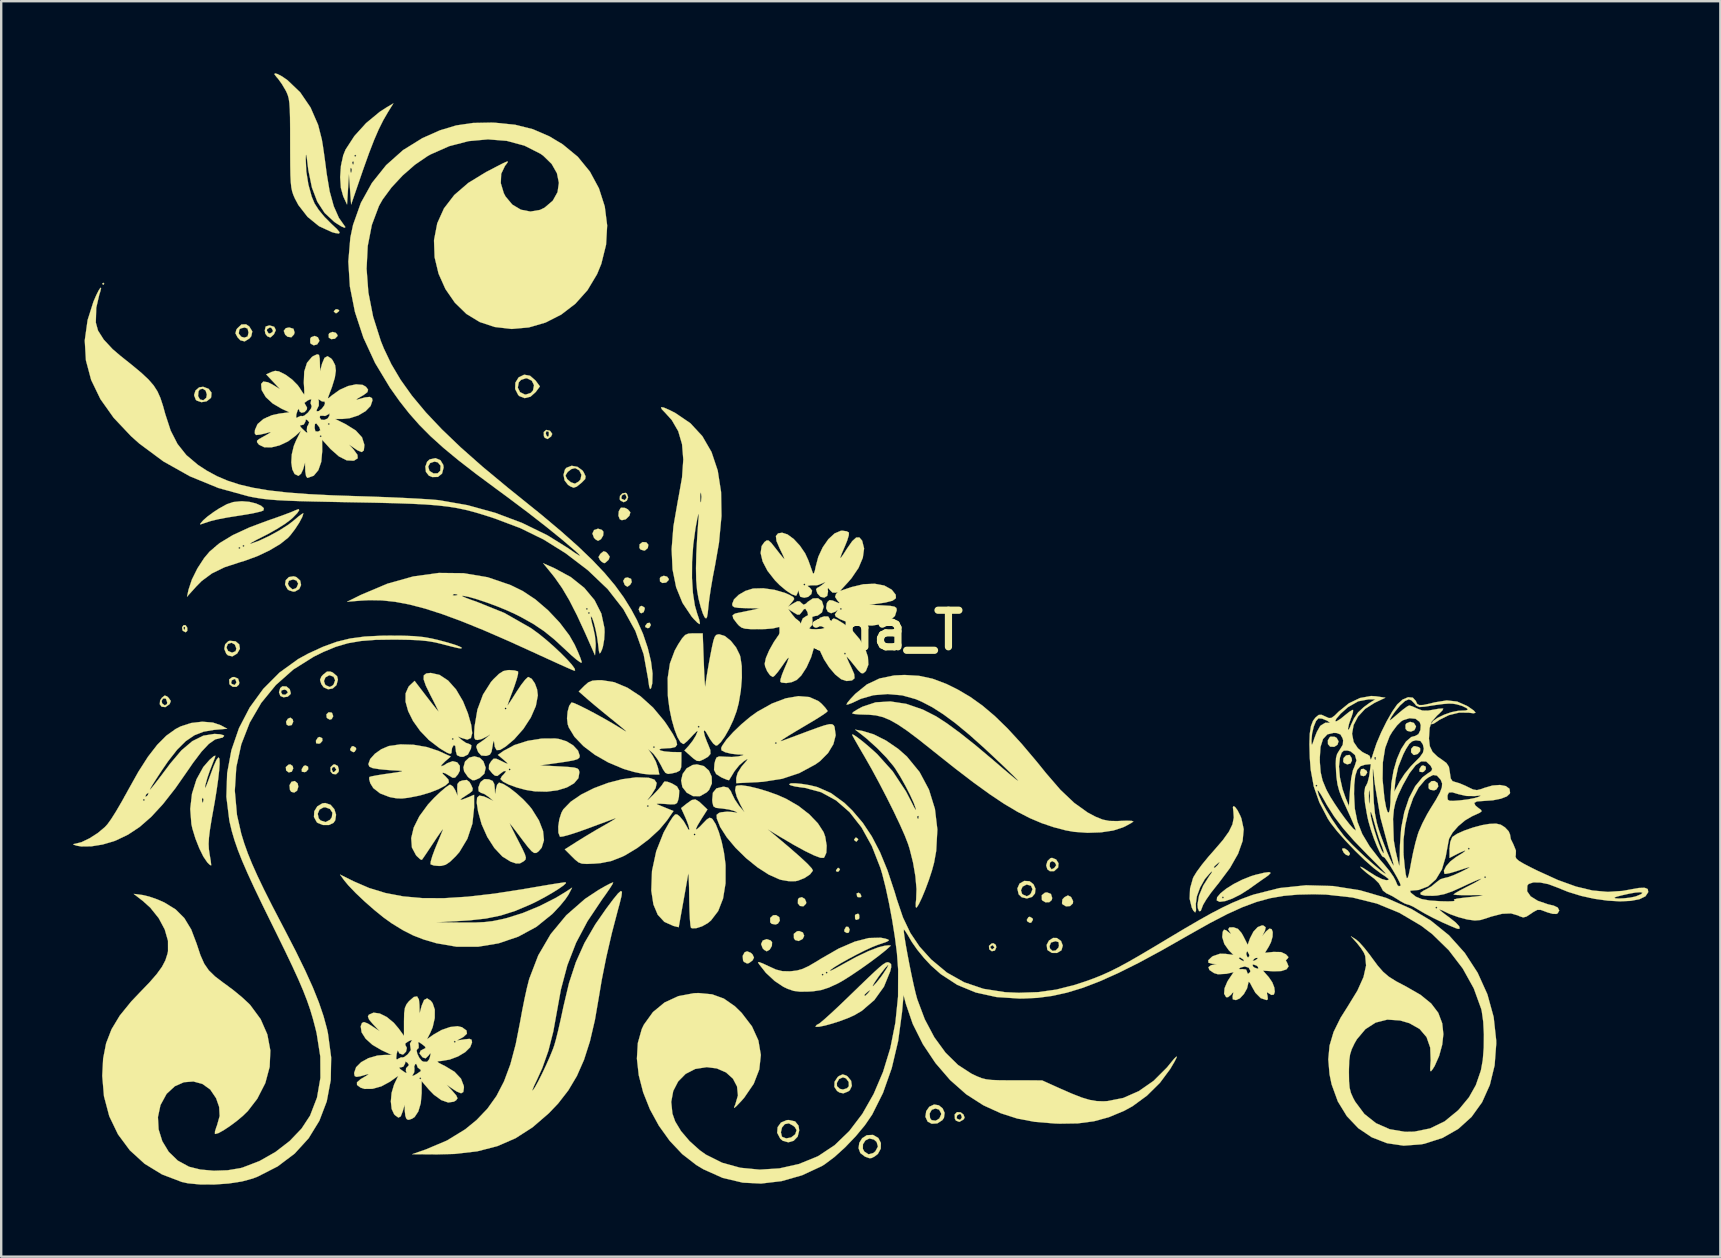
<source format=kicad_pcb>
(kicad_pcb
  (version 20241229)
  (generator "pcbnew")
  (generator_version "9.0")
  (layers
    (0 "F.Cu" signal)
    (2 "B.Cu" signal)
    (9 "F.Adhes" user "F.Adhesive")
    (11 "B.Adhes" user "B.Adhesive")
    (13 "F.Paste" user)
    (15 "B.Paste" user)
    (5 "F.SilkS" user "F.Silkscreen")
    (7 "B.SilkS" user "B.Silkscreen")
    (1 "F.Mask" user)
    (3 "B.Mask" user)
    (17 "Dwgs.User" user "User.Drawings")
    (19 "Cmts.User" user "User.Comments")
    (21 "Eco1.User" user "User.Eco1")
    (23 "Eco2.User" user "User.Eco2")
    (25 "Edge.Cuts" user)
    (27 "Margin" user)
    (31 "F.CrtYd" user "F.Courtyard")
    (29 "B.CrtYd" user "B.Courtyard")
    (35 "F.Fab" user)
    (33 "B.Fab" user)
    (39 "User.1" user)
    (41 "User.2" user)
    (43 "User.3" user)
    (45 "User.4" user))
  (footprint "hana_T"
    (layer "F.Cu")
    (at 33.128 23.209)
    (property "Reference" "hana_T" (at 0 0 0) (layer "F.SilkS") (effects (font (size 1.524 1.524) (thickness 0.3))))
    (attr through_hole)
    (fp_poly (pts (xy -31.835 -14.436) (xy -31.877 -14.393) (xy -31.919 -14.436) (xy -31.877 -14.478) (xy -31.835 -14.436)) (stroke (width 0.01) (type solid)) (fill yes) (layer "F.SilkS"))
    (fp_poly (pts (xy -9.059 -0.219) (xy -9.128 -0.102) (xy -9.193 -0.085) (xy -9.292 -0.134) (xy -9.294 -0.185) (xy -9.21 -0.297) (xy -9.108 -0.311) (xy -9.059 -0.219)) (stroke (width 0.01) (type solid)) (fill yes) (layer "F.SilkS"))
    (fp_poly (pts (xy -1.181 9.955) (xy -1.229 10.04) (xy -1.274 10.063) (xy -1.346 10.036) (xy -1.342 9.995) (xy -1.271 9.904) (xy -1.247 9.9) (xy -1.181 9.955)) (stroke (width 0.01) (type solid)) (fill yes) (layer "F.SilkS"))
    (fp_poly (pts (xy -0.831 12.36) (xy -0.778 12.467) (xy -0.811 12.593) (xy -0.889 12.615) (xy -0.996 12.555) (xy -1.001 12.484) (xy -0.928 12.354) (xy -0.831 12.36)) (stroke (width 0.01) (type solid)) (fill yes) (layer "F.SilkS"))
    (fp_poly (pts (xy -0.33 10.982) (xy -0.288 11.088) (xy -0.325 11.125) (xy -0.44 11.118) (xy -0.468 11.087) (xy -0.488 10.967) (xy -0.406 10.935) (xy -0.33 10.982)) (stroke (width 0.01) (type solid)) (fill yes) (layer "F.SilkS"))
    (fp_poly (pts (xy -23.984 5.658) (xy -23.961 5.757) (xy -24.021 5.894) (xy -24.149 5.923) (xy -24.257 5.842) (xy -24.268 5.7) (xy -24.158 5.601) (xy -24.083 5.588) (xy -23.984 5.658)) (stroke (width 0.01) (type solid)) (fill yes) (layer "F.SilkS"))
    (fp_poly (pts (xy -23.983 3.711) (xy -23.961 3.81) (xy -24.022 3.949) (xy -24.155 3.978) (xy -24.237 3.929) (xy -24.26 3.811) (xy -24.185 3.688) (xy -24.079 3.641) (xy -23.983 3.711)) (stroke (width 0.01) (type solid)) (fill yes) (layer "F.SilkS"))
    (fp_poly (pts (xy -23.344 5.683) (xy -23.337 5.794) (xy -23.425 5.893) (xy -23.482 5.912) (xy -23.6 5.895) (xy -23.607 5.786) (xy -23.525 5.656) (xy -23.452 5.63) (xy -23.344 5.683)) (stroke (width 0.01) (type solid)) (fill yes) (layer "F.SilkS"))
    (fp_poly (pts (xy -22.751 4.498) (xy -22.745 4.609) (xy -22.833 4.707) (xy -22.889 4.727) (xy -23.007 4.709) (xy -23.015 4.601) (xy -22.932 4.47) (xy -22.859 4.445) (xy -22.751 4.498)) (stroke (width 0.01) (type solid)) (fill yes) (layer "F.SilkS"))
    (fp_poly (pts (xy -22.048 -13.336) (xy -22.056 -13.293) (xy -22.164 -13.211) (xy -22.188 -13.208) (xy -22.265 -13.273) (xy -22.267 -13.293) (xy -22.198 -13.367) (xy -22.135 -13.377) (xy -22.048 -13.336)) (stroke (width 0.01) (type solid)) (fill yes) (layer "F.SilkS"))
    (fp_poly (pts (xy -21.351 4.894) (xy -21.336 4.953) (xy -21.404 5.065) (xy -21.463 5.08) (xy -21.575 5.012) (xy -21.59 4.953) (xy -21.522 4.841) (xy -21.463 4.826) (xy -21.351 4.894)) (stroke (width 0.01) (type solid)) (fill yes) (layer "F.SilkS"))
    (fp_poly (pts (xy -9.328 -0.951) (xy -9.313 -0.894) (xy -9.36 -0.755) (xy -9.46 -0.708) (xy -9.513 -0.736) (xy -9.568 -0.871) (xy -9.518 -0.988) (xy -9.44 -1.016) (xy -9.328 -0.951)) (stroke (width 0.01) (type solid)) (fill yes) (layer "F.SilkS"))
    (fp_poly (pts (xy -0.426 8.7) (xy -0.423 8.721) (xy -0.488 8.803) (xy -0.508 8.805) (xy -0.59 8.741) (xy -0.593 8.721) (xy -0.528 8.638) (xy -0.508 8.636) (xy -0.426 8.7)) (stroke (width 0.01) (type solid)) (fill yes) (layer "F.SilkS"))
    (fp_poly (pts (xy -0.381 11.853) (xy -0.375 11.994) (xy -0.404 12.037) (xy -0.508 12.068) (xy -0.55 12.023) (xy -0.556 11.882) (xy -0.527 11.839) (xy -0.423 11.808) (xy -0.381 11.853)) (stroke (width 0.01) (type solid)) (fill yes) (layer "F.SilkS"))
    (fp_poly (pts (xy 6.843 12.006) (xy 6.858 12.065) (xy 6.79 12.177) (xy 6.731 12.192) (xy 6.619 12.124) (xy 6.604 12.065) (xy 6.672 11.953) (xy 6.731 11.938) (xy 6.843 12.006)) (stroke (width 0.01) (type solid)) (fill yes) (layer "F.SilkS"))
    (fp_poly (pts (xy 20.763 5.857) (xy 20.786 5.927) (xy 20.715 6.046) (xy 20.637 6.08) (xy 20.517 6.05) (xy 20.489 5.927) (xy 20.532 5.788) (xy 20.637 5.773) (xy 20.763 5.857)) (stroke (width 0.01) (type solid)) (fill yes) (layer "F.SilkS"))
    (fp_poly (pts (xy 23.223 5.683) (xy 23.229 5.794) (xy 23.141 5.893) (xy 23.085 5.912) (xy 22.967 5.895) (xy 22.959 5.786) (xy 23.042 5.656) (xy 23.115 5.63) (xy 23.223 5.683)) (stroke (width 0.01) (type solid)) (fill yes) (layer "F.SilkS"))
    (fp_poly (pts (xy -23.95 -12.561) (xy -23.905 -12.409) (xy -23.927 -12.327) (xy -24.039 -12.206) (xy -24.196 -12.228) (xy -24.296 -12.315) (xy -24.356 -12.475) (xy -24.269 -12.587) (xy -24.13 -12.615) (xy -23.95 -12.561)) (stroke (width 0.01) (type solid)) (fill yes) (layer "F.SilkS"))
    (fp_poly (pts (xy -23.775 6.382) (xy -23.749 6.519) (xy -23.801 6.685) (xy -23.919 6.763) (xy -24.044 6.732) (xy -24.097 6.653) (xy -24.116 6.456) (xy -24.035 6.314) (xy -23.897 6.281) (xy -23.775 6.382)) (stroke (width 0.01) (type solid)) (fill yes) (layer "F.SilkS"))
    (fp_poly (pts (xy -22.366 3.428) (xy -22.342 3.447) (xy -22.295 3.581) (xy -22.357 3.699) (xy -22.437 3.725) (xy -22.545 3.664) (xy -22.568 3.633) (xy -22.578 3.504) (xy -22.489 3.418) (xy -22.366 3.428)) (stroke (width 0.01) (type solid)) (fill yes) (layer "F.SilkS"))
    (fp_poly (pts (xy -22.184 -12.392) (xy -22.114 -12.296) (xy -22.119 -12.255) (xy -22.224 -12.147) (xy -22.378 -12.128) (xy -22.481 -12.195) (xy -22.484 -12.332) (xy -22.452 -12.38) (xy -22.321 -12.43) (xy -22.184 -12.392)) (stroke (width 0.01) (type solid)) (fill yes) (layer "F.SilkS"))
    (fp_poly (pts (xy -9.885 -2.142) (xy -9.856 -2.007) (xy -9.924 -1.893) (xy -10.037 -1.813) (xy -10.132 -1.872) (xy -10.153 -1.897) (xy -10.214 -2.058) (xy -10.14 -2.176) (xy -10.033 -2.201) (xy -9.885 -2.142)) (stroke (width 0.01) (type solid)) (fill yes) (layer "F.SilkS"))
    (fp_poly (pts (xy -9.253 -3.665) (xy -9.165 -3.564) (xy -9.187 -3.427) (xy -9.303 -3.327) (xy -9.336 -3.318) (xy -9.486 -3.361) (xy -9.538 -3.431) (xy -9.528 -3.584) (xy -9.406 -3.674) (xy -9.253 -3.665)) (stroke (width 0.01) (type solid)) (fill yes) (layer "F.SilkS"))
    (fp_poly (pts (xy -8.383 -2.232) (xy -8.313 -2.136) (xy -8.318 -2.095) (xy -8.423 -1.987) (xy -8.578 -1.968) (xy -8.68 -2.035) (xy -8.684 -2.172) (xy -8.651 -2.22) (xy -8.521 -2.27) (xy -8.383 -2.232)) (stroke (width 0.01) (type solid)) (fill yes) (layer "F.SilkS"))
    (fp_poly (pts (xy -3.71 11.955) (xy -3.686 12.097) (xy -3.767 12.223) (xy -3.863 12.26) (xy -4.025 12.233) (xy -4.088 12.168) (xy -4.088 11.987) (xy -3.967 11.875) (xy -3.842 11.867) (xy -3.71 11.955)) (stroke (width 0.01) (type solid)) (fill yes) (layer "F.SilkS"))
    (fp_poly (pts (xy -2.726 12.592) (xy -2.672 12.73) (xy -2.733 12.859) (xy -2.901 12.948) (xy -3.05 12.906) (xy -3.1 12.831) (xy -3.103 12.647) (xy -2.97 12.542) (xy -2.883 12.531) (xy -2.726 12.592)) (stroke (width 0.01) (type solid)) (fill yes) (layer "F.SilkS"))
    (fp_poly (pts (xy -2.644 11.195) (xy -2.586 11.329) (xy -2.596 11.394) (xy -2.705 11.502) (xy -2.848 11.487) (xy -2.935 11.382) (xy -2.931 11.217) (xy -2.893 11.157) (xy -2.768 11.121) (xy -2.644 11.195)) (stroke (width 0.01) (type solid)) (fill yes) (layer "F.SilkS"))
    (fp_poly (pts (xy 19.85 9.091) (xy 19.975 9.176) (xy 20.059 9.289) (xy 20.066 9.324) (xy 20.016 9.395) (xy 19.9 9.354) (xy 19.81 9.269) (xy 19.745 9.141) (xy 19.756 9.088) (xy 19.85 9.091)) (stroke (width 0.01) (type solid)) (fill yes) (layer "F.SilkS"))
    (fp_poly (pts (xy 23.722 6.367) (xy 23.746 6.509) (xy 23.665 6.635) (xy 23.569 6.672) (xy 23.407 6.645) (xy 23.344 6.58) (xy 23.344 6.399) (xy 23.465 6.287) (xy 23.59 6.279) (xy 23.722 6.367)) (stroke (width 0.01) (type solid)) (fill yes) (layer "F.SilkS"))
    (fp_poly (pts (xy -22.933 -12.206) (xy -22.873 -12.073) (xy -22.876 -12.045) (xy -22.963 -11.91) (xy -23.107 -11.871) (xy -23.232 -11.94) (xy -23.252 -11.98) (xy -23.253 -12.145) (xy -23.216 -12.209) (xy -23.071 -12.263) (xy -22.933 -12.206)) (stroke (width 0.01) (type solid)) (fill yes) (layer "F.SilkS"))
    (fp_poly (pts (xy 7.609 10.988) (xy 7.661 11.154) (xy 7.643 11.239) (xy 7.539 11.33) (xy 7.378 11.334) (xy 7.247 11.256) (xy 7.229 11.222) (xy 7.226 11.039) (xy 7.359 10.933) (xy 7.447 10.922) (xy 7.609 10.988)) (stroke (width 0.01) (type solid)) (fill yes) (layer "F.SilkS"))
    (fp_poly (pts (xy 19.431 4.439) (xy 19.512 4.484) (xy 19.593 4.629) (xy 19.548 4.77) (xy 19.413 4.857) (xy 19.241 4.849) (xy 19.15 4.745) (xy 19.147 4.584) (xy 19.227 4.452) (xy 19.263 4.433) (xy 19.431 4.439)) (stroke (width 0.01) (type solid)) (fill yes) (layer "F.SilkS"))
    (fp_poly (pts (xy 20.062 5.205) (xy 20.137 5.326) (xy 20.151 5.424) (xy 20.089 5.551) (xy 19.954 5.589) (xy 19.822 5.529) (xy 19.784 5.467) (xy 19.799 5.326) (xy 19.906 5.215) (xy 20.04 5.194) (xy 20.062 5.205)) (stroke (width 0.01) (type solid)) (fill yes) (layer "F.SilkS"))
    (fp_poly (pts (xy 22.732 3.863) (xy 22.816 3.997) (xy 22.818 4.023) (xy 22.752 4.163) (xy 22.606 4.224) (xy 22.454 4.193) (xy 22.383 4.107) (xy 22.38 3.943) (xy 22.416 3.881) (xy 22.573 3.815) (xy 22.732 3.863)) (stroke (width 0.01) (type solid)) (fill yes) (layer "F.SilkS"))
    (fp_poly (pts (xy 22.935 4.869) (xy 22.992 4.919) (xy 22.989 5.042) (xy 22.886 5.155) (xy 22.746 5.197) (xy 22.712 5.19) (xy 22.613 5.086) (xy 22.617 4.942) (xy 22.709 4.838) (xy 22.77 4.826) (xy 22.935 4.869)) (stroke (width 0.01) (type solid)) (fill yes) (layer "F.SilkS"))
    (fp_poly (pts (xy -11.097 -4.178) (xy -11.037 -4.105) (xy -11.046 -3.951) (xy -11.137 -3.796) (xy -11.26 -3.725) (xy -11.261 -3.725) (xy -11.362 -3.783) (xy -11.429 -3.851) (xy -11.496 -4.029) (xy -11.427 -4.176) (xy -11.261 -4.233) (xy -11.097 -4.178)) (stroke (width 0.01) (type solid)) (fill yes) (layer "F.SilkS"))
    (fp_poly (pts (xy -4.9 13.437) (xy -4.826 13.504) (xy -4.763 13.64) (xy -4.826 13.758) (xy -4.972 13.866) (xy -5.051 13.885) (xy -5.183 13.817) (xy -5.219 13.758) (xy -5.234 13.566) (xy -5.154 13.418) (xy -5.051 13.377) (xy -4.9 13.437)) (stroke (width 0.01) (type solid)) (fill yes) (layer "F.SilkS"))
    (fp_poly (pts (xy -4.069 12.924) (xy -4.01 12.997) (xy -4.018 13.152) (xy -4.109 13.307) (xy -4.233 13.377) (xy -4.233 13.377) (xy -4.335 13.32) (xy -4.402 13.251) (xy -4.468 13.074) (xy -4.399 12.927) (xy -4.233 12.869) (xy -4.069 12.924)) (stroke (width 0.01) (type solid)) (fill yes) (layer "F.SilkS"))
    (fp_poly (pts (xy 8.428 11.102) (xy 8.453 11.126) (xy 8.531 11.285) (xy 8.523 11.381) (xy 8.407 11.491) (xy 8.236 11.504) (xy 8.094 11.42) (xy 8.069 11.375) (xy 8.088 11.212) (xy 8.174 11.121) (xy 8.315 11.048) (xy 8.428 11.102)) (stroke (width 0.01) (type solid)) (fill yes) (layer "F.SilkS"))
    (fp_poly (pts (xy -10.139 -5.098) (xy -10.02 -5.037) (xy -9.915 -4.916) (xy -9.953 -4.775) (xy -9.957 -4.767) (xy -10.104 -4.624) (xy -10.269 -4.585) (xy -10.355 -4.626) (xy -10.412 -4.772) (xy -10.397 -4.958) (xy -10.32 -5.093) (xy -10.295 -5.107) (xy -10.139 -5.098)) (stroke (width 0.01) (type solid)) (fill yes) (layer "F.SilkS"))
    (fp_poly (pts (xy -10.931 -3.259) (xy -10.866 -3.197) (xy -10.774 -3.067) (xy -10.816 -2.947) (xy -10.834 -2.925) (xy -10.952 -2.817) (xy -11.007 -2.794) (xy -11.107 -2.852) (xy -11.18 -2.925) (xy -11.242 -3.05) (xy -11.17 -3.174) (xy -11.148 -3.197) (xy -11.029 -3.292) (xy -10.931 -3.259)) (stroke (width 0.01) (type solid)) (fill yes) (layer "F.SilkS"))
    (fp_poly (pts (xy -16.187 5.314) (xy -16.037 5.46) (xy -15.942 5.728) (xy -15.997 5.974) (xy -16.191 6.154) (xy -16.216 6.166) (xy -16.391 6.243) (xy -16.494 6.247) (xy -16.611 6.169) (xy -16.681 6.112) (xy -16.84 5.884) (xy -16.87 5.716) (xy -16.802 5.468) (xy -16.633 5.309) (xy -16.412 5.252) (xy -16.187 5.314)) (stroke (width 0.01) (type solid)) (fill yes) (layer "F.SilkS"))
    (fp_poly (pts (xy -6.853 5.659) (xy -6.643 5.845) (xy -6.526 6.1) (xy -6.518 6.383) (xy -6.634 6.65) (xy -6.731 6.752) (xy -7.018 6.916) (xy -7.308 6.91) (xy -7.566 6.767) (xy -7.748 6.533) (xy -7.799 6.258) (xy -7.734 5.984) (xy -7.569 5.754) (xy -7.32 5.613) (xy -7.142 5.588) (xy -6.853 5.659)) (stroke (width 0.01) (type solid)) (fill yes) (layer "F.SilkS"))
    (fp_poly (pts (xy -28.442 -0.208) (xy -28.374 -0.103) (xy -28.375 0.024) (xy -28.443 0.085) (xy -28.558 0.023) (xy -28.575 0) (xy -28.586 -0.085) (xy -28.533 -0.085) (xy -28.502 -0.015) (xy -28.476 -0.028) (xy -28.466 -0.129) (xy -28.476 -0.141) (xy -28.527 -0.129) (xy -28.533 -0.085) (xy -28.586 -0.085) (xy -28.592 -0.126) (xy -28.524 -0.214) (xy -28.442 -0.208)) (stroke (width 0.01) (type solid)) (fill yes) (layer "F.SilkS"))
    (fp_poly (pts (xy -13.273 -8.315) (xy -13.253 -8.299) (xy -13.169 -8.18) (xy -13.217 -8.074) (xy -13.365 -7.966) (xy -13.482 -8.021) (xy -13.518 -8.091) (xy -13.521 -8.21) (xy -13.441 -8.21) (xy -13.413 -8.117) (xy -13.348 -8.053) (xy -13.311 -8.116) (xy -13.31 -8.248) (xy -13.326 -8.274) (xy -13.408 -8.294) (xy -13.441 -8.21) (xy -13.521 -8.21) (xy -13.522 -8.259) (xy -13.422 -8.347) (xy -13.273 -8.315)) (stroke (width 0.01) (type solid)) (fill yes) (layer "F.SilkS"))
    (fp_poly (pts (xy 5.311 13.109) (xy 5.334 13.208) (xy 5.274 13.344) (xy 5.145 13.374) (xy 5.038 13.293) (xy 5.031 13.208) (xy 5.08 13.208) (xy 5.144 13.29) (xy 5.165 13.293) (xy 5.247 13.228) (xy 5.249 13.208) (xy 5.185 13.126) (xy 5.165 13.123) (xy 5.082 13.188) (xy 5.08 13.208) (xy 5.031 13.208) (xy 5.027 13.151) (xy 5.137 13.051) (xy 5.212 13.039) (xy 5.311 13.109)) (stroke (width 0.01) (type solid)) (fill yes) (layer "F.SilkS"))
    (fp_poly (pts (xy -22.102 5.657) (xy -22.058 5.82) (xy -22.075 5.905) (xy -22.176 6.001) (xy -22.317 5.986) (xy -22.404 5.888) (xy -22.406 5.8) (xy -22.352 5.8) (xy -22.309 5.905) (xy -22.261 5.91) (xy -22.174 5.823) (xy -22.17 5.8) (xy -22.236 5.7) (xy -22.261 5.689) (xy -22.338 5.73) (xy -22.352 5.8) (xy -22.406 5.8) (xy -22.408 5.709) (xy -22.295 5.599) (xy -22.229 5.588) (xy -22.102 5.657)) (stroke (width 0.01) (type solid)) (fill yes) (layer "F.SilkS"))
    (fp_poly (pts (xy -10.061 -5.692) (xy -10.007 -5.546) (xy -10.061 -5.399) (xy -10.191 -5.334) (xy -10.325 -5.402) (xy -10.358 -5.455) (xy -10.354 -5.508) (xy -10.292 -5.508) (xy -10.271 -5.473) (xy -10.148 -5.421) (xy -10.078 -5.512) (xy -10.075 -5.546) (xy -10.118 -5.658) (xy -10.155 -5.673) (xy -10.266 -5.617) (xy -10.292 -5.508) (xy -10.354 -5.508) (xy -10.347 -5.599) (xy -10.245 -5.705) (xy -10.112 -5.724) (xy -10.061 -5.692)) (stroke (width 0.01) (type solid)) (fill yes) (layer "F.SilkS"))
    (fp_poly (pts (xy 3.847 20.084) (xy 3.967 20.178) (xy 4.013 20.311) (xy 3.96 20.39) (xy 3.791 20.484) (xy 3.65 20.429) (xy 3.607 20.355) (xy 3.605 20.315) (xy 3.678 20.315) (xy 3.699 20.351) (xy 3.822 20.402) (xy 3.892 20.311) (xy 3.895 20.278) (xy 3.852 20.165) (xy 3.815 20.151) (xy 3.704 20.207) (xy 3.678 20.315) (xy 3.605 20.315) (xy 3.597 20.175) (xy 3.694 20.076) (xy 3.847 20.084)) (stroke (width 0.01) (type solid)) (fill yes) (layer "F.SilkS"))
    (fp_poly (pts (xy -26.258 2.014) (xy -26.206 2.179) (xy -26.224 2.265) (xy -26.327 2.358) (xy -26.483 2.355) (xy -26.606 2.262) (xy -26.619 2.236) (xy -26.621 2.197) (xy -26.548 2.197) (xy -26.527 2.232) (xy -26.404 2.283) (xy -26.334 2.193) (xy -26.331 2.159) (xy -26.374 2.046) (xy -26.411 2.032) (xy -26.522 2.088) (xy -26.548 2.197) (xy -26.621 2.197) (xy -26.631 2.05) (xy -26.502 1.956) (xy -26.42 1.947) (xy -26.258 2.014)) (stroke (width 0.01) (type solid)) (fill yes) (layer "F.SilkS"))
    (fp_poly (pts (xy -24.242 2.343) (xy -24.106 2.457) (xy -24.063 2.62) (xy -24.073 2.66) (xy -24.19 2.767) (xy -24.368 2.793) (xy -24.497 2.738) (xy -24.554 2.582) (xy -24.469 2.582) (xy -24.41 2.677) (xy -24.291 2.687) (xy -24.197 2.61) (xy -24.189 2.583) (xy -24.244 2.5) (xy -24.32 2.471) (xy -24.446 2.504) (xy -24.469 2.582) (xy -24.554 2.582) (xy -24.554 2.58) (xy -24.503 2.41) (xy -24.411 2.334) (xy -24.242 2.343)) (stroke (width 0.01) (type solid)) (fill yes) (layer "F.SilkS"))
    (fp_poly (pts (xy -29.217 2.755) (xy -29.154 2.814) (xy -29.062 2.945) (xy -29.104 3.064) (xy -29.122 3.086) (xy -29.288 3.203) (xy -29.443 3.185) (xy -29.521 3.084) (xy -29.509 2.947) (xy -29.443 2.947) (xy -29.422 3.048) (xy -29.314 3.129) (xy -29.225 3.081) (xy -29.21 3.011) (xy -29.258 2.869) (xy -29.289 2.84) (xy -29.389 2.846) (xy -29.443 2.947) (xy -29.509 2.947) (xy -29.507 2.925) (xy -29.433 2.812) (xy -29.315 2.719) (xy -29.217 2.755)) (stroke (width 0.01) (type solid)) (fill yes) (layer "F.SilkS"))
    (fp_poly (pts (xy 7.825 9.55) (xy 7.924 9.706) (xy 7.909 9.88) (xy 7.902 9.892) (xy 7.741 10.037) (xy 7.56 10.036) (xy 7.458 9.957) (xy 7.42 9.824) (xy 7.554 9.824) (xy 7.567 9.868) (xy 7.635 9.961) (xy 7.744 9.908) (xy 7.749 9.904) (xy 7.829 9.788) (xy 7.777 9.68) (xy 7.659 9.616) (xy 7.569 9.678) (xy 7.554 9.824) (xy 7.42 9.824) (xy 7.411 9.794) (xy 7.465 9.615) (xy 7.59 9.496) (xy 7.655 9.483) (xy 7.825 9.55)) (stroke (width 0.01) (type solid)) (fill yes) (layer "F.SilkS"))
    (fp_poly (pts (xy -27.487 -10.06) (xy -27.366 -9.901) (xy -27.38 -9.708) (xy -27.399 -9.673) (xy -27.565 -9.54) (xy -27.786 -9.502) (xy -27.983 -9.569) (xy -28.023 -9.608) (xy -28.077 -9.758) (xy -27.926 -9.758) (xy -27.845 -9.616) (xy -27.707 -9.583) (xy -27.585 -9.684) (xy -27.559 -9.821) (xy -27.611 -9.987) (xy -27.729 -10.065) (xy -27.854 -10.034) (xy -27.907 -9.955) (xy -27.926 -9.758) (xy -28.077 -9.758) (xy -28.092 -9.799) (xy -28.033 -9.988) (xy -27.881 -10.12) (xy -27.715 -10.144) (xy -27.487 -10.06)) (stroke (width 0.01) (type solid)) (fill yes) (layer "F.SilkS"))
    (fp_poly (pts (xy -26.36 0.462) (xy -26.212 0.587) (xy -26.182 0.77) (xy -26.295 0.968) (xy -26.496 1.09) (xy -26.681 1.046) (xy -26.751 0.978) (xy -26.832 0.782) (xy -26.822 0.723) (xy -26.743 0.723) (xy -26.674 0.864) (xy -26.515 0.931) (xy -26.503 0.931) (xy -26.36 0.873) (xy -26.331 0.759) (xy -26.392 0.596) (xy -26.53 0.521) (xy -26.679 0.568) (xy -26.687 0.576) (xy -26.743 0.723) (xy -26.822 0.723) (xy -26.798 0.586) (xy -26.665 0.456) (xy -26.602 0.438) (xy -26.36 0.462)) (stroke (width 0.01) (type solid)) (fill yes) (layer "F.SilkS"))
    (fp_poly (pts (xy -25.791 -12.656) (xy -25.666 -12.452) (xy -25.708 -12.252) (xy -25.787 -12.156) (xy -25.983 -12.034) (xy -26.164 -12.081) (xy -26.283 -12.209) (xy -26.362 -12.361) (xy -26.23 -12.361) (xy -26.128 -12.229) (xy -25.995 -12.192) (xy -25.861 -12.24) (xy -25.823 -12.404) (xy -25.864 -12.571) (xy -25.988 -12.615) (xy -26.151 -12.574) (xy -26.207 -12.527) (xy -26.23 -12.361) (xy -26.362 -12.361) (xy -26.367 -12.372) (xy -26.334 -12.513) (xy -26.299 -12.569) (xy -26.119 -12.74) (xy -25.925 -12.747) (xy -25.791 -12.656)) (stroke (width 0.01) (type solid)) (fill yes) (layer "F.SilkS"))
    (fp_poly (pts (xy -24.753 -12.643) (xy -24.685 -12.505) (xy -24.763 -12.334) (xy -24.775 -12.321) (xy -24.883 -12.221) (xy -24.919 -12.199) (xy -24.998 -12.231) (xy -25.04 -12.248) (xy -25.122 -12.356) (xy -25.145 -12.488) (xy -25.061 -12.488) (xy -24.994 -12.376) (xy -24.934 -12.361) (xy -24.822 -12.429) (xy -24.807 -12.488) (xy -24.875 -12.601) (xy -24.934 -12.615) (xy -25.047 -12.548) (xy -25.061 -12.488) (xy -25.145 -12.488) (xy -25.146 -12.495) (xy -25.108 -12.654) (xy -24.962 -12.7) (xy -24.943 -12.7) (xy -24.753 -12.643)) (stroke (width 0.01) (type solid)) (fill yes) (layer "F.SilkS"))
    (fp_poly (pts (xy -23.831 -2.216) (xy -23.671 -2.072) (xy -23.634 -1.886) (xy -23.71 -1.715) (xy -23.885 -1.616) (xy -23.961 -1.609) (xy -24.138 -1.665) (xy -24.198 -1.71) (xy -24.301 -1.902) (xy -24.297 -1.932) (xy -24.185 -1.932) (xy -24.127 -1.817) (xy -23.992 -1.704) (xy -23.866 -1.742) (xy -23.815 -1.788) (xy -23.754 -1.938) (xy -23.824 -2.07) (xy -23.965 -2.117) (xy -24.139 -2.063) (xy -24.185 -1.932) (xy -24.297 -1.932) (xy -24.272 -2.086) (xy -24.142 -2.216) (xy -23.945 -2.249) (xy -23.831 -2.216)) (stroke (width 0.01) (type solid)) (fill yes) (layer "F.SilkS"))
    (fp_poly (pts (xy 7.854 12.821) (xy 8.029 12.946) (xy 8.102 13.137) (xy 8.049 13.328) (xy 8.04 13.339) (xy 7.861 13.446) (xy 7.647 13.443) (xy 7.477 13.335) (xy 7.455 13.301) (xy 7.438 13.165) (xy 7.548 13.165) (xy 7.57 13.261) (xy 7.672 13.359) (xy 7.809 13.34) (xy 7.92 13.224) (xy 7.943 13.144) (xy 7.927 12.994) (xy 7.8 12.954) (xy 7.61 13.012) (xy 7.548 13.165) (xy 7.438 13.165) (xy 7.431 13.107) (xy 7.527 12.928) (xy 7.696 12.82) (xy 7.854 12.821)) (stroke (width 0.01) (type solid)) (fill yes) (layer "F.SilkS"))
    (fp_poly (pts (xy -25.785 -5.349) (xy -25.512 -5.282) (xy -25.301 -5.189) (xy -25.186 -5.086) (xy -25.202 -4.991) (xy -25.312 -4.948) (xy -25.551 -4.892) (xy -25.881 -4.829) (xy -26.163 -4.784) (xy -26.689 -4.701) (xy -27.087 -4.626) (xy -27.399 -4.55) (xy -27.665 -4.464) (xy -27.728 -4.441) (xy -27.834 -4.407) (xy -27.83 -4.445) (xy -27.712 -4.58) (xy -27.712 -4.58) (xy -27.54 -4.732) (xy -27.282 -4.922) (xy -27.042 -5.078) (xy -26.725 -5.252) (xy -26.457 -5.342) (xy -26.161 -5.372) (xy -26.082 -5.374) (xy -25.785 -5.349)) (stroke (width 0.01) (type solid)) (fill yes) (layer "F.SilkS"))
    (fp_poly (pts (xy -17.828 -7.086) (xy -17.709 -6.889) (xy -17.695 -6.778) (xy -17.761 -6.528) (xy -17.931 -6.389) (xy -18.166 -6.382) (xy -18.309 -6.441) (xy -18.432 -6.598) (xy -18.456 -6.815) (xy -18.455 -6.817) (xy -18.338 -6.817) (xy -18.285 -6.643) (xy -18.279 -6.636) (xy -18.118 -6.534) (xy -17.944 -6.54) (xy -17.834 -6.646) (xy -17.821 -6.857) (xy -17.939 -6.996) (xy -18.076 -7.027) (xy -18.258 -6.965) (xy -18.338 -6.817) (xy -18.455 -6.817) (xy -18.383 -7.021) (xy -18.277 -7.118) (xy -18.033 -7.171) (xy -17.828 -7.086)) (stroke (width 0.01) (type solid)) (fill yes) (layer "F.SilkS"))
    (fp_poly (pts (xy 6.717 10.456) (xy 6.88 10.58) (xy 6.964 10.766) (xy 6.944 10.966) (xy 6.822 11.111) (xy 6.609 11.175) (xy 6.392 11.125) (xy 6.264 11.003) (xy 6.225 10.832) (xy 6.359 10.832) (xy 6.404 10.98) (xy 6.448 11.016) (xy 6.604 11.084) (xy 6.723 11.021) (xy 6.772 10.965) (xy 6.841 10.789) (xy 6.778 10.647) (xy 6.611 10.596) (xy 6.584 10.599) (xy 6.426 10.682) (xy 6.359 10.832) (xy 6.225 10.832) (xy 6.209 10.759) (xy 6.3 10.555) (xy 6.497 10.444) (xy 6.717 10.456)) (stroke (width 0.01) (type solid)) (fill yes) (layer "F.SilkS"))
    (fp_poly (pts (xy 2.938 19.793) (xy 3.096 19.921) (xy 3.179 20.106) (xy 3.152 20.311) (xy 3.085 20.411) (xy 2.875 20.546) (xy 2.64 20.561) (xy 2.472 20.472) (xy 2.378 20.272) (xy 2.397 20.141) (xy 2.554 20.141) (xy 2.572 20.323) (xy 2.634 20.41) (xy 2.805 20.434) (xy 2.959 20.341) (xy 3.034 20.175) (xy 3.032 20.124) (xy 2.948 19.973) (xy 2.797 19.926) (xy 2.644 19.979) (xy 2.555 20.132) (xy 2.554 20.141) (xy 2.397 20.141) (xy 2.412 20.036) (xy 2.54 19.854) (xy 2.741 19.759) (xy 2.938 19.793)) (stroke (width 0.01) (type solid)) (fill yes) (layer "F.SilkS"))
    (fp_poly (pts (xy -22.408 1.723) (xy -22.313 1.761) (xy -22.134 1.914) (xy -22.098 2.056) (xy -22.16 2.286) (xy -22.314 2.425) (xy -22.508 2.46) (xy -22.694 2.377) (xy -22.792 2.24) (xy -22.829 2.116) (xy -22.681 2.116) (xy -22.632 2.263) (xy -22.593 2.296) (xy -22.437 2.364) (xy -22.319 2.302) (xy -22.276 2.254) (xy -22.215 2.084) (xy -22.28 1.937) (xy -22.437 1.877) (xy -22.468 1.879) (xy -22.619 1.964) (xy -22.681 2.116) (xy -22.829 2.116) (xy -22.844 2.064) (xy -22.784 1.924) (xy -22.709 1.844) (xy -22.555 1.723) (xy -22.408 1.723)) (stroke (width 0.01) (type solid)) (fill yes) (layer "F.SilkS"))
    (fp_poly (pts (xy -0.923 18.551) (xy -0.864 18.59) (xy -0.717 18.771) (xy -0.686 18.983) (xy -0.773 19.166) (xy -0.841 19.216) (xy -1.039 19.295) (xy -1.197 19.263) (xy -1.304 19.193) (xy -1.416 19.022) (xy -1.407 18.86) (xy -1.311 18.86) (xy -1.305 18.997) (xy -1.187 19.106) (xy -1.058 19.135) (xy -0.885 19.081) (xy -0.812 18.997) (xy -0.818 18.819) (xy -0.931 18.671) (xy -1.058 18.627) (xy -1.218 18.698) (xy -1.311 18.86) (xy -1.407 18.86) (xy -1.404 18.807) (xy -1.275 18.613) (xy -1.224 18.574) (xy -1.069 18.504) (xy -0.923 18.551)) (stroke (width 0.01) (type solid)) (fill yes) (layer "F.SilkS"))
    (fp_poly (pts (xy 16.763 10.111) (xy 16.671 10.209) (xy 16.585 10.271) (xy 16.353 10.432) (xy 16.062 10.638) (xy 15.871 10.775) (xy 15.515 11.004) (xy 15.169 11.178) (xy 14.867 11.285) (xy 14.638 11.314) (xy 14.519 11.259) (xy 14.53 11.134) (xy 14.732 11.134) (xy 14.774 11.176) (xy 14.817 11.134) (xy 14.774 11.091) (xy 14.732 11.134) (xy 14.53 11.134) (xy 14.531 11.13) (xy 14.672 10.96) (xy 14.913 10.767) (xy 15.228 10.57) (xy 15.586 10.389) (xy 15.958 10.242) (xy 16.129 10.19) (xy 16.495 10.102) (xy 16.705 10.076) (xy 16.763 10.111)) (stroke (width 0.01) (type solid)) (fill yes) (layer "F.SilkS"))
    (fp_poly (pts (xy -22.407 7.27) (xy -22.249 7.452) (xy -22.176 7.687) (xy -22.211 7.92) (xy -22.284 8.026) (xy -22.474 8.114) (xy -22.721 8.114) (xy -22.94 8.029) (xy -22.981 7.995) (xy -23.098 7.778) (xy -23.089 7.646) (xy -22.94 7.646) (xy -22.9 7.835) (xy -22.817 7.927) (xy -22.614 7.992) (xy -22.429 7.898) (xy -22.353 7.791) (xy -22.328 7.601) (xy -22.431 7.446) (xy -22.622 7.376) (xy -22.695 7.379) (xy -22.866 7.472) (xy -22.94 7.646) (xy -23.089 7.646) (xy -23.083 7.542) (xy -22.958 7.337) (xy -22.747 7.212) (xy -22.627 7.197) (xy -22.407 7.27)) (stroke (width 0.01) (type solid)) (fill yes) (layer "F.SilkS"))
    (fp_poly (pts (xy -14.094 -10.604) (xy -13.867 -10.407) (xy -13.856 -10.393) (xy -13.683 -10.16) (xy -13.856 -9.927) (xy -14.076 -9.731) (xy -14.317 -9.671) (xy -14.539 -9.756) (xy -14.588 -9.803) (xy -14.714 -10.049) (xy -14.712 -10.108) (xy -14.604 -10.108) (xy -14.511 -9.921) (xy -14.318 -9.825) (xy -14.266 -9.821) (xy -14.061 -9.89) (xy -13.97 -9.991) (xy -13.929 -10.212) (xy -14.022 -10.399) (xy -14.215 -10.495) (xy -14.266 -10.499) (xy -14.471 -10.43) (xy -14.563 -10.329) (xy -14.604 -10.108) (xy -14.712 -10.108) (xy -14.705 -10.317) (xy -14.57 -10.535) (xy -14.338 -10.648) (xy -14.094 -10.604)) (stroke (width 0.01) (type solid)) (fill yes) (layer "F.SilkS"))
    (fp_poly (pts (xy -3.05 20.463) (xy -2.908 20.639) (xy -2.879 20.839) (xy -2.944 21.099) (xy -3.111 21.271) (xy -3.332 21.335) (xy -3.562 21.272) (xy -3.67 21.181) (xy -3.796 20.941) (xy -3.795 20.917) (xy -3.643 20.917) (xy -3.601 21.09) (xy -3.584 21.11) (xy -3.42 21.171) (xy -3.217 21.132) (xy -3.057 21.01) (xy -3.04 20.982) (xy -2.989 20.829) (xy -3.057 20.707) (xy -3.129 20.644) (xy -3.31 20.544) (xy -3.474 20.576) (xy -3.479 20.578) (xy -3.597 20.717) (xy -3.643 20.917) (xy -3.795 20.917) (xy -3.779 20.703) (xy -3.639 20.511) (xy -3.397 20.41) (xy -3.313 20.405) (xy -3.05 20.463)) (stroke (width 0.01) (type solid)) (fill yes) (layer "F.SilkS"))
    (fp_poly (pts (xy 0.205 21.03) (xy 0.418 21.155) (xy 0.523 21.362) (xy 0.518 21.6) (xy 0.398 21.819) (xy 0.258 21.927) (xy 0.131 21.991) (xy 0.04 21.996) (xy -0.105 21.943) (xy -0.141 21.929) (xy -0.334 21.781) (xy -0.397 21.606) (xy -0.228 21.606) (xy -0.166 21.721) (xy 0.01 21.835) (xy 0.205 21.782) (xy 0.295 21.707) (xy 0.401 21.509) (xy 0.345 21.318) (xy 0.233 21.219) (xy 0.043 21.175) (xy -0.121 21.256) (xy -0.223 21.415) (xy -0.228 21.606) (xy -0.397 21.606) (xy -0.407 21.577) (xy -0.376 21.356) (xy -0.256 21.163) (xy -0.064 21.039) (xy 0.184 21.026) (xy 0.205 21.03)) (stroke (width 0.01) (type solid)) (fill yes) (layer "F.SilkS"))
    (fp_poly (pts (xy -12.116 -6.809) (xy -11.908 -6.655) (xy -11.856 -6.578) (xy -11.78 -6.413) (xy -11.797 -6.3) (xy -11.926 -6.167) (xy -11.964 -6.133) (xy -12.151 -5.983) (xy -12.279 -5.939) (xy -12.414 -5.993) (xy -12.512 -6.058) (xy -12.655 -6.242) (xy -12.691 -6.435) (xy -12.615 -6.435) (xy -12.547 -6.296) (xy -12.395 -6.167) (xy -12.235 -6.111) (xy -12.212 -6.113) (xy -12.062 -6.201) (xy -11.99 -6.287) (xy -11.953 -6.48) (xy -12.042 -6.66) (xy -12.212 -6.756) (xy -12.365 -6.719) (xy -12.524 -6.599) (xy -12.613 -6.457) (xy -12.615 -6.435) (xy -12.691 -6.435) (xy -12.699 -6.48) (xy -12.639 -6.698) (xy -12.578 -6.769) (xy -12.36 -6.853) (xy -12.116 -6.809)) (stroke (width 0.01) (type solid)) (fill yes) (layer "F.SilkS"))
    (fp_poly (pts (xy -20.018 -21.581) (xy -20.214 -21.242) (xy -20.401 -20.866) (xy -20.593 -20.422) (xy -20.802 -19.882) (xy -21.04 -19.216) (xy -21.112 -19.008) (xy -21.548 -17.738) (xy -21.594 -18.373) (xy -21.64 -19.008) (xy -21.679 -18.373) (xy -21.719 -17.738) (xy -21.876 -18.076) (xy -21.975 -18.43) (xy -22.006 -18.876) (xy -21.984 -19.184) (xy -21.583 -19.184) (xy -21.568 -19.074) (xy -21.539 -19.073) (xy -21.519 -19.186) (xy -21.532 -19.235) (xy -21.57 -19.267) (xy -21.583 -19.184) (xy -21.984 -19.184) (xy -21.973 -19.348) (xy -21.946 -19.473) (xy -21.505 -19.473) (xy -21.474 -19.404) (xy -21.449 -19.417) (xy -21.439 -19.517) (xy -21.449 -19.53) (xy -21.499 -19.518) (xy -21.505 -19.473) (xy -21.946 -19.473) (xy -21.881 -19.77) (xy -21.421 -19.77) (xy -21.378 -19.727) (xy -21.336 -19.77) (xy -21.378 -19.812) (xy -21.421 -19.77) (xy -21.881 -19.77) (xy -21.878 -19.784) (xy -21.782 -20.024) (xy -21.414 -20.59) (xy -20.924 -21.131) (xy -20.355 -21.601) (xy -20.06 -21.792) (xy -19.788 -21.952) (xy -20.018 -21.581)) (stroke (width 0.01) (type solid)) (fill yes) (layer "F.SilkS"))
    (fp_poly (pts (xy -13.072 -2.582) (xy -12.392 -2.212) (xy -11.833 -1.765) (xy -11.406 -1.254) (xy -11.123 -0.693) (xy -10.995 -0.096) (xy -10.988 0.075) (xy -11.007 0.393) (xy -11.058 0.683) (xy -11.097 0.804) (xy -11.158 0.937) (xy -11.196 0.966) (xy -11.223 0.87) (xy -11.253 0.63) (xy -11.262 0.55) (xy -11.305 0.252) (xy -11.367 -0.051) (xy -11.436 -0.317) (xy -11.502 -0.507) (xy -11.554 -0.578) (xy -11.561 -0.574) (xy -11.556 -0.483) (xy -11.511 -0.282) (xy -11.463 -0.107) (xy -11.392 0.224) (xy -11.359 0.559) (xy -11.361 0.686) (xy -11.388 1.043) (xy -11.796 0.119) (xy -12.141 -0.63) (xy -12.187 -0.72) (xy -11.684 -0.72) (xy -11.642 -0.677) (xy -11.599 -0.72) (xy -11.642 -0.762) (xy -11.684 -0.72) (xy -12.187 -0.72) (xy -12.274 -0.889) (xy -11.769 -0.889) (xy -11.726 -0.847) (xy -11.684 -0.889) (xy -11.726 -0.931) (xy -11.769 -0.889) (xy -12.274 -0.889) (xy -12.456 -1.246) (xy -12.757 -1.756) (xy -13.06 -2.189) (xy -13.173 -2.333) (xy -13.547 -2.792) (xy -13.072 -2.582)) (stroke (width 0.01) (type solid)) (fill yes) (layer "F.SilkS"))
    (fp_poly (pts (xy -27.218 5.292) (xy -27.289 5.472) (xy -27.389 5.73) (xy -27.433 5.842) (xy -27.537 6.144) (xy -27.619 6.44) (xy -27.635 6.519) (xy -27.634 6.578) (xy -27.588 6.494) (xy -27.506 6.286) (xy -27.441 6.108) (xy -27.281 5.674) (xy -27.16 5.403) (xy -27.078 5.296) (xy -27.035 5.351) (xy -27.028 5.568) (xy -27.047 5.842) (xy -27.09 6.221) (xy -27.156 6.686) (xy -27.232 7.156) (xy -27.262 7.324) (xy -27.363 7.886) (xy -27.432 8.315) (xy -27.472 8.641) (xy -27.486 8.899) (xy -27.476 9.118) (xy -27.445 9.331) (xy -27.441 9.356) (xy -27.399 9.6) (xy -27.381 9.763) (xy -27.383 9.801) (xy -27.448 9.764) (xy -27.541 9.671) (xy -27.704 9.432) (xy -27.876 9.082) (xy -28.036 8.676) (xy -28.161 8.269) (xy -28.203 8.077) (xy -28.252 7.445) (xy -28.208 7.063) (xy -27.764 7.063) (xy -27.748 7.172) (xy -27.72 7.174) (xy -27.699 7.06) (xy -27.713 7.011) (xy -27.75 6.979) (xy -27.764 7.063) (xy -28.208 7.063) (xy -28.179 6.811) (xy -27.993 6.216) (xy -27.708 5.699) (xy -27.454 5.407) (xy -27.28 5.254) (xy -27.207 5.224) (xy -27.218 5.292)) (stroke (width 0.01) (type solid)) (fill yes) (layer "F.SilkS"))
    (fp_poly (pts (xy 0.844 13.838) (xy 0.867 13.846) (xy 0.948 13.91) (xy 0.953 14.041) (xy 0.913 14.209) (xy 0.652 14.849) (xy 0.252 15.406) (xy -0.269 15.855) (xy -0.582 16.039) (xy -0.852 16.16) (xy -1.171 16.279) (xy -1.501 16.386) (xy -1.804 16.469) (xy -2.044 16.518) (xy -2.182 16.523) (xy -2.201 16.505) (xy -2.136 16.429) (xy -2.108 16.425) (xy -2.02 16.369) (xy -1.833 16.212) (xy -1.566 15.972) (xy -1.24 15.668) (xy -0.876 15.319) (xy -0.859 15.303) (xy -0.761 15.208) (xy -0.169 15.208) (xy -0.128 15.233) (xy -0.016 15.125) (xy 0.011 15.092) (xy 0.084 14.992) (xy 0.04 15.013) (xy -0.021 15.06) (xy -0.138 15.164) (xy -0.169 15.208) (xy -0.761 15.208) (xy -0.382 14.841) (xy -0.375 14.834) (xy 0.187 14.834) (xy 0.205 14.822) (xy 0.338 14.682) (xy 0.512 14.462) (xy 0.608 14.329) (xy 0.77 14.081) (xy 0.834 13.958) (xy 0.81 13.955) (xy 0.705 14.067) (xy 0.531 14.289) (xy 0.43 14.426) (xy 0.274 14.652) (xy 0.189 14.796) (xy 0.187 14.834) (xy -0.375 14.834) (xy -0.012 14.484) (xy 0.268 14.22) (xy 0.473 14.035) (xy 0.618 13.918) (xy 0.718 13.855) (xy 0.788 13.832) (xy 0.844 13.838)) (stroke (width 0.01) (type solid)) (fill yes) (layer "F.SilkS"))
    (fp_poly (pts (xy 15.282 7.366) (xy 15.383 7.501) (xy 15.498 7.729) (xy 15.543 7.838) (xy 15.64 8.288) (xy 15.595 8.777) (xy 15.406 9.311) (xy 15.071 9.9) (xy 14.585 10.551) (xy 14.523 10.626) (xy 14.28 10.933) (xy 14.08 11.218) (xy 13.948 11.441) (xy 13.912 11.534) (xy 13.85 11.695) (xy 13.781 11.705) (xy 13.728 11.578) (xy 13.716 11.422) (xy 13.779 11.057) (xy 13.953 10.64) (xy 14.2 10.249) (xy 14.315 10.085) (xy 14.322 10.045) (xy 14.252 10.098) (xy 14.021 10.367) (xy 13.824 10.716) (xy 13.689 11.083) (xy 13.644 11.403) (xy 13.646 11.436) (xy 13.654 11.677) (xy 13.617 11.758) (xy 13.539 11.678) (xy 13.476 11.553) (xy 13.387 11.187) (xy 13.405 10.759) (xy 13.524 10.338) (xy 13.554 10.271) (xy 13.685 10.059) (xy 13.821 9.874) (xy 14.393 9.874) (xy 14.435 9.899) (xy 14.547 9.791) (xy 14.573 9.758) (xy 14.647 9.658) (xy 14.603 9.679) (xy 14.541 9.726) (xy 14.424 9.83) (xy 14.393 9.874) (xy 13.821 9.874) (xy 13.9 9.766) (xy 14.169 9.437) (xy 14.398 9.177) (xy 14.77 8.745) (xy 15.024 8.391) (xy 15.171 8.087) (xy 15.227 7.805) (xy 15.211 7.562) (xy 15.19 7.375) (xy 15.219 7.326) (xy 15.282 7.366)) (stroke (width 0.01) (type solid)) (fill yes) (layer "F.SilkS"))
    (fp_poly (pts (xy -16.621 6.318) (xy -16.552 6.435) (xy -16.482 6.594) (xy -16.499 6.696) (xy -16.629 6.8) (xy -16.723 6.859) (xy -16.938 7.001) (xy -17.005 7.067) (xy -16.922 7.056) (xy -16.722 6.98) (xy -16.425 6.856) (xy -16.424 7.386) (xy -16.496 8.059) (xy -16.705 8.688) (xy -17.034 9.236) (xy -17.193 9.419) (xy -17.429 9.647) (xy -17.612 9.77) (xy -17.792 9.817) (xy -17.886 9.821) (xy -18.101 9.802) (xy -18.232 9.755) (xy -18.241 9.745) (xy -18.232 9.636) (xy -18.168 9.415) (xy -18.061 9.125) (xy -18.029 9.047) (xy -17.9 8.736) (xy -17.792 8.475) (xy -17.727 8.314) (xy -17.72 8.297) (xy -17.741 8.307) (xy -17.837 8.436) (xy -17.991 8.659) (xy -18.116 8.848) (xy -18.312 9.144) (xy -18.473 9.384) (xy -18.577 9.534) (xy -18.602 9.567) (xy -18.676 9.538) (xy -18.809 9.413) (xy -18.846 9.372) (xy -19.016 9.051) (xy -19.045 8.661) (xy -18.94 8.221) (xy -18.705 7.748) (xy -18.346 7.259) (xy -18.085 6.978) (xy -17.831 6.737) (xy -17.612 6.551) (xy -17.461 6.447) (xy -17.423 6.435) (xy -17.309 6.505) (xy -17.208 6.668) (xy -17.112 6.9) (xy -17.129 6.611) (xy -17.12 6.407) (xy -17.036 6.304) (xy -16.911 6.259) (xy -16.734 6.236) (xy -16.621 6.318)) (stroke (width 0.01) (type solid)) (fill yes) (layer "F.SilkS"))
    (fp_poly (pts (xy -21.441 10.461) (xy -20.796 10.74) (xy -20.115 10.948) (xy -19.382 11.088) (xy -18.578 11.16) (xy -17.688 11.164) (xy -16.694 11.101) (xy -15.58 10.973) (xy -14.329 10.778) (xy -14.139 10.745) (xy -13.666 10.664) (xy -13.246 10.593) (xy -12.91 10.54) (xy -12.688 10.507) (xy -12.616 10.5) (xy -12.597 10.535) (xy -12.701 10.633) (xy -12.904 10.775) (xy -13.178 10.946) (xy -13.498 11.13) (xy -13.838 11.309) (xy -14.092 11.431) (xy -14.726 11.698) (xy -15.319 11.886) (xy -15.932 12.011) (xy -16.627 12.088) (xy -16.933 12.107) (xy -17.992 12.165) (xy -16.923 12.178) (xy -16.4 12.178) (xy -15.985 12.158) (xy -15.616 12.112) (xy -15.234 12.033) (xy -15.055 11.989) (xy -14.396 11.781) (xy -13.692 11.49) (xy -13.019 11.148) (xy -12.627 10.911) (xy -12.342 10.724) (xy -12.491 11.013) (xy -12.622 11.208) (xy -12.836 11.469) (xy -13.096 11.749) (xy -13.173 11.827) (xy -13.83 12.357) (xy -14.583 12.765) (xy -15.405 13.044) (xy -16.268 13.187) (xy -17.144 13.187) (xy -17.992 13.041) (xy -18.521 12.886) (xy -18.961 12.716) (xy -19.384 12.501) (xy -19.854 12.213) (xy -20.192 11.971) (xy -20.581 11.656) (xy -20.982 11.304) (xy -21.357 10.949) (xy -21.666 10.627) (xy -21.851 10.402) (xy -22.011 10.179) (xy -21.441 10.461)) (stroke (width 0.01) (type solid)) (fill yes) (layer "F.SilkS"))
    (fp_poly (pts (xy -18.948 4.771) (xy -18.392 4.866) (xy -17.899 5.031) (xy -17.887 5.037) (xy -17.399 5.261) (xy -17.637 5.467) (xy -17.782 5.614) (xy -17.792 5.669) (xy -17.678 5.626) (xy -17.541 5.538) (xy -17.317 5.454) (xy -17.131 5.502) (xy -17.02 5.646) (xy -17.018 5.85) (xy -17.098 6.006) (xy -17.216 6.14) (xy -17.318 6.147) (xy -17.449 6.066) (xy -17.628 5.961) (xy -17.733 5.932) (xy -17.735 5.978) (xy -17.62 6.086) (xy -17.492 6.227) (xy -17.477 6.34) (xy -17.628 6.473) (xy -17.904 6.619) (xy -18.261 6.76) (xy -18.659 6.877) (xy -18.784 6.905) (xy -19.16 6.978) (xy -19.434 7.01) (xy -19.666 7.001) (xy -19.917 6.955) (xy -19.958 6.945) (xy -20.341 6.798) (xy -20.625 6.576) (xy -20.749 6.376) (xy -20.797 6.203) (xy -20.79 6.115) (xy -20.693 6.086) (xy -20.467 6.043) (xy -20.152 5.993) (xy -19.962 5.966) (xy -19.623 5.917) (xy -19.445 5.882) (xy -19.424 5.861) (xy -19.552 5.85) (xy -19.558 5.85) (xy -19.882 5.833) (xy -20.25 5.802) (xy -20.384 5.787) (xy -20.65 5.744) (xy -20.785 5.685) (xy -20.827 5.592) (xy -20.828 5.57) (xy -20.754 5.365) (xy -20.56 5.147) (xy -20.289 4.955) (xy -19.982 4.825) (xy -19.974 4.823) (xy -19.498 4.755) (xy -18.948 4.771)) (stroke (width 0.01) (type solid)) (fill yes) (layer "F.SilkS"))
    (fp_poly (pts (xy -12.906 4.526) (xy -12.578 4.625) (xy -12.294 4.799) (xy -12.095 5.015) (xy -12.023 5.232) (xy -12.042 5.311) (xy -12.119 5.371) (xy -12.283 5.421) (xy -12.566 5.472) (xy -12.848 5.514) (xy -13.674 5.63) (xy -12.869 5.673) (xy -12.496 5.695) (xy -12.258 5.72) (xy -12.125 5.757) (xy -12.062 5.816) (xy -12.038 5.906) (xy -12.037 5.912) (xy -12.079 6.163) (xy -12.262 6.378) (xy -12.56 6.549) (xy -12.948 6.668) (xy -13.4 6.725) (xy -13.89 6.713) (xy -14.277 6.651) (xy -14.653 6.549) (xy -14.976 6.432) (xy -15.209 6.314) (xy -15.32 6.209) (xy -15.325 6.189) (xy -15.267 6.081) (xy -15.196 6.01) (xy -15.109 5.904) (xy -15.11 5.859) (xy -15.197 5.876) (xy -15.324 5.969) (xy -15.457 6.072) (xy -15.558 6.057) (xy -15.663 5.969) (xy -15.799 5.8) (xy -14.986 5.8) (xy -14.944 5.842) (xy -14.901 5.8) (xy -14.944 5.757) (xy -14.986 5.8) (xy -15.799 5.8) (xy -15.809 5.787) (xy -15.803 5.607) (xy -15.714 5.458) (xy -15.615 5.354) (xy -15.501 5.352) (xy -15.354 5.417) (xy -15.12 5.531) (xy -15.024 5.564) (xy -15.057 5.516) (xy -15.189 5.4) (xy -15.435 5.194) (xy -15.189 5.02) (xy -14.742 4.781) (xy -14.195 4.608) (xy -13.61 4.513) (xy -13.047 4.509) (xy -12.906 4.526)) (stroke (width 0.01) (type solid)) (fill yes) (layer "F.SilkS"))
    (fp_poly (pts (xy -23.712 -5.004) (xy -23.793 -4.88) (xy -23.973 -4.694) (xy -24.067 -4.61) (xy -24.306 -4.431) (xy -24.643 -4.219) (xy -25.02 -4.007) (xy -25.188 -3.921) (xy -25.481 -3.773) (xy -25.681 -3.663) (xy -25.766 -3.605) (xy -25.739 -3.602) (xy -25.388 -3.727) (xy -24.965 -3.925) (xy -24.532 -4.163) (xy -24.15 -4.408) (xy -23.937 -4.574) (xy -23.732 -4.747) (xy -23.587 -4.854) (xy -23.537 -4.872) (xy -23.587 -4.714) (xy -23.714 -4.476) (xy -23.888 -4.21) (xy -24.076 -3.964) (xy -24.176 -3.854) (xy -24.505 -3.591) (xy -24.953 -3.325) (xy -25.469 -3.082) (xy -26.007 -2.886) (xy -26.162 -2.841) (xy -26.82 -2.626) (xy -27.346 -2.37) (xy -27.775 -2.053) (xy -27.989 -1.837) (xy -28.386 -1.397) (xy -28.322 -1.693) (xy -28.183 -2.113) (xy -27.954 -2.574) (xy -27.673 -3.007) (xy -27.449 -3.274) (xy -27.266 -3.429) (xy -26.247 -3.429) (xy -26.204 -3.387) (xy -26.162 -3.429) (xy -26.204 -3.471) (xy -26.247 -3.429) (xy -27.266 -3.429) (xy -27.167 -3.514) (xy -26.077 -3.514) (xy -26.035 -3.471) (xy -25.993 -3.514) (xy -26.035 -3.556) (xy -26.077 -3.514) (xy -27.167 -3.514) (xy -27.032 -3.628) (xy -26.48 -3.963) (xy -25.783 -4.285) (xy -25.042 -4.562) (xy -24.643 -4.701) (xy -24.291 -4.829) (xy -24.023 -4.932) (xy -23.878 -4.994) (xy -23.877 -4.995) (xy -23.737 -5.048) (xy -23.712 -5.004)) (stroke (width 0.01) (type solid)) (fill yes) (layer "F.SilkS"))
    (fp_poly (pts (xy -17.864 1.86) (xy -17.508 2.095) (xy -17.177 2.466) (xy -16.887 2.958) (xy -16.683 3.46) (xy -16.545 3.943) (xy -16.503 4.286) (xy -16.558 4.491) (xy -16.709 4.557) (xy -16.956 4.484) (xy -16.96 4.483) (xy -17.076 4.43) (xy -17.069 4.456) (xy -16.945 4.567) (xy -16.766 4.691) (xy -16.622 4.741) (xy -16.539 4.79) (xy -16.556 4.932) (xy -16.684 5.179) (xy -16.88 5.275) (xy -16.997 5.269) (xy -17.138 5.204) (xy -17.186 5.04) (xy -17.187 4.984) (xy -17.211 4.819) (xy -17.27 4.783) (xy -17.272 4.784) (xy -17.343 4.903) (xy -17.357 5) (xy -17.368 5.114) (xy -17.422 5.15) (xy -17.548 5.103) (xy -17.775 4.968) (xy -17.874 4.905) (xy -18.305 4.576) (xy -18.349 4.53) (xy -17.357 4.53) (xy -17.314 4.572) (xy -17.272 4.53) (xy -17.314 4.487) (xy -17.357 4.53) (xy -18.349 4.53) (xy -18.673 4.194) (xy -18.966 3.784) (xy -19.172 3.37) (xy -19.281 2.978) (xy -19.279 2.631) (xy -19.157 2.354) (xy -19.104 2.297) (xy -18.904 2.109) (xy -18.415 2.748) (xy -18.203 3.023) (xy -18.033 3.238) (xy -17.928 3.365) (xy -17.907 3.387) (xy -17.935 3.317) (xy -18.026 3.131) (xy -18.163 2.86) (xy -18.251 2.689) (xy -18.437 2.307) (xy -18.528 2.044) (xy -18.522 1.882) (xy -18.419 1.8) (xy -18.231 1.778) (xy -17.864 1.86)) (stroke (width 0.01) (type solid)) (fill yes) (layer "F.SilkS"))
    (fp_poly (pts (xy -15.804 6.212) (xy -15.65 6.279) (xy -15.582 6.413) (xy -15.565 6.584) (xy -15.555 6.783) (xy -15.545 6.818) (xy -15.526 6.698) (xy -15.517 6.625) (xy -15.467 6.438) (xy -15.389 6.351) (xy -15.382 6.35) (xy -15.205 6.409) (xy -14.953 6.565) (xy -14.664 6.79) (xy -14.373 7.053) (xy -14.118 7.326) (xy -14.02 7.449) (xy -13.722 7.926) (xy -13.552 8.365) (xy -13.514 8.748) (xy -13.609 9.06) (xy -13.746 9.218) (xy -13.836 9.278) (xy -13.923 9.279) (xy -14.03 9.203) (xy -14.182 9.032) (xy -14.401 8.748) (xy -14.486 8.633) (xy -14.685 8.369) (xy -14.841 8.166) (xy -14.931 8.055) (xy -14.943 8.043) (xy -14.915 8.113) (xy -14.824 8.3) (xy -14.686 8.574) (xy -14.581 8.777) (xy -14.408 9.115) (xy -14.307 9.336) (xy -14.268 9.472) (xy -14.284 9.555) (xy -14.346 9.616) (xy -14.355 9.623) (xy -14.515 9.713) (xy -14.678 9.716) (xy -14.901 9.642) (xy -15.249 9.425) (xy -15.581 9.071) (xy -15.875 8.614) (xy -16.11 8.087) (xy -16.26 7.548) (xy -16.315 7.189) (xy -16.3 6.975) (xy -16.208 6.89) (xy -16.029 6.92) (xy -15.903 6.974) (xy -15.621 7.11) (xy -15.821 6.942) (xy -16 6.821) (xy -16.138 6.773) (xy -16.235 6.709) (xy -16.247 6.553) (xy -16.174 6.359) (xy -16.142 6.311) (xy -15.995 6.201) (xy -15.804 6.212)) (stroke (width 0.01) (type solid)) (fill yes) (layer "F.SilkS"))
    (fp_poly (pts (xy -24.608 -23.172) (xy -24.421 -23.072) (xy -24.201 -22.92) (xy -23.67 -22.412) (xy -23.24 -21.782) (xy -22.924 -21.057) (xy -22.769 -20.447) (xy -22.726 -20.189) (xy -22.672 -19.816) (xy -22.613 -19.383) (xy -22.567 -19.022) (xy -22.443 -18.285) (xy -22.272 -17.667) (xy -22.059 -17.184) (xy -21.869 -16.914) (xy -21.787 -16.797) (xy -21.825 -16.77) (xy -21.964 -16.83) (xy -22.188 -16.971) (xy -22.253 -17.017) (xy -22.651 -17.386) (xy -22.958 -17.857) (xy -23.182 -18.447) (xy -23.331 -19.171) (xy -23.358 -19.389) (xy -23.394 -19.681) (xy -23.418 -19.813) (xy -23.433 -19.793) (xy -23.441 -19.643) (xy -23.417 -19.118) (xy -23.329 -18.569) (xy -23.191 -18.066) (xy -23.072 -17.781) (xy -22.901 -17.516) (xy -22.651 -17.214) (xy -22.381 -16.943) (xy -22.138 -16.715) (xy -22.029 -16.58) (xy -22.054 -16.528) (xy -22.213 -16.55) (xy -22.353 -16.589) (xy -22.887 -16.836) (xy -23.362 -17.222) (xy -23.747 -17.717) (xy -23.893 -17.992) (xy -23.957 -18.139) (xy -24.005 -18.284) (xy -24.04 -18.452) (xy -24.063 -18.67) (xy -24.078 -18.962) (xy -24.085 -19.356) (xy -24.088 -19.877) (xy -24.089 -20.278) (xy -24.09 -20.889) (xy -24.094 -21.357) (xy -24.104 -21.706) (xy -24.121 -21.961) (xy -24.147 -22.147) (xy -24.186 -22.29) (xy -24.238 -22.415) (xy -24.283 -22.504) (xy -24.435 -22.76) (xy -24.59 -22.976) (xy -24.642 -23.033) (xy -24.742 -23.159) (xy -24.723 -23.204) (xy -24.608 -23.172)) (stroke (width 0.01) (type solid)) (fill yes) (layer "F.SilkS"))
    (fp_poly (pts (xy -0.254 4.193) (xy 0.224 4.337) (xy 0.741 4.597) (xy 1.245 4.942) (xy 1.606 5.26) (xy 2.135 5.906) (xy 2.526 6.639) (xy 2.775 7.443) (xy 2.877 8.301) (xy 2.828 9.197) (xy 2.741 9.678) (xy 2.651 10.012) (xy 2.525 10.397) (xy 2.38 10.789) (xy 2.233 11.144) (xy 2.101 11.418) (xy 2.012 11.557) (xy 1.978 11.535) (xy 1.976 11.374) (xy 1.993 11.215) (xy 2.008 10.784) (xy 1.962 10.253) (xy 1.863 9.676) (xy 1.72 9.106) (xy 1.654 8.899) (xy 1.519 8.552) (xy 1.315 8.092) (xy 1.171 7.789) (xy 2.032 7.789) (xy 2.063 7.859) (xy 2.088 7.846) (xy 2.099 7.745) (xy 2.088 7.733) (xy 2.038 7.745) (xy 2.032 7.789) (xy 1.171 7.789) (xy 1.058 7.551) (xy 0.764 6.963) (xy 0.451 6.361) (xy 0.135 5.776) (xy -0.169 5.243) (xy -0.208 5.177) (xy -0.398 4.852) (xy -0.551 4.584) (xy -0.65 4.405) (xy -0.677 4.345) (xy -0.62 4.354) (xy -0.465 4.455) (xy -0.24 4.628) (xy 0.027 4.852) (xy 0.31 5.105) (xy 0.37 5.161) (xy 1.018 5.881) (xy 1.571 6.72) (xy 1.79 7.142) (xy 1.902 7.367) (xy 1.973 7.481) (xy 1.988 7.466) (xy 1.984 7.451) (xy 1.896 7.201) (xy 1.74 6.859) (xy 1.542 6.473) (xy 1.329 6.093) (xy 1.125 5.768) (xy 1.057 5.671) (xy 0.753 5.305) (xy 0.361 4.903) (xy -0.063 4.521) (xy -0.296 4.334) (xy -0.55 4.141) (xy -0.254 4.193)) (stroke (width 0.01) (type solid)) (fill yes) (layer "F.SilkS"))
    (fp_poly (pts (xy -14.739 1.675) (xy -14.602 1.713) (xy -14.593 1.719) (xy -14.594 1.82) (xy -14.649 2.038) (xy -14.746 2.332) (xy -14.791 2.456) (xy -14.906 2.761) (xy -14.99 2.994) (xy -15.03 3.12) (xy -15.032 3.133) (xy -14.982 3.066) (xy -14.864 2.89) (xy -14.702 2.636) (xy -14.641 2.54) (xy -14.458 2.267) (xy -14.296 2.06) (xy -14.184 1.954) (xy -14.164 1.947) (xy -14.024 2.023) (xy -13.893 2.213) (xy -13.8 2.466) (xy -13.77 2.713) (xy -13.852 3.154) (xy -14.06 3.632) (xy -14.37 4.109) (xy -14.756 4.546) (xy -15.107 4.842) (xy -15.342 4.986) (xy -15.487 4.994) (xy -15.564 4.858) (xy -15.59 4.657) (xy -15.607 4.604) (xy -15.635 4.7) (xy -15.655 4.826) (xy -15.699 5.065) (xy -15.769 5.183) (xy -15.899 5.229) (xy -15.938 5.234) (xy -16.128 5.217) (xy -16.25 5.082) (xy -16.275 5.03) (xy -16.335 4.857) (xy -16.295 4.758) (xy -16.223 4.707) (xy -16.037 4.579) (xy -15.886 4.459) (xy -15.767 4.355) (xy -15.778 4.352) (xy -15.915 4.438) (xy -16.125 4.538) (xy -16.286 4.572) (xy -16.371 4.557) (xy -16.414 4.487) (xy -16.424 4.326) (xy -16.407 4.038) (xy -16.404 4) (xy -16.287 3.307) (xy -16.269 3.26) (xy -15.155 3.26) (xy -15.113 3.302) (xy -15.071 3.26) (xy -15.113 3.217) (xy -15.155 3.26) (xy -16.269 3.26) (xy -16.053 2.679) (xy -15.719 2.153) (xy -15.618 2.039) (xy -15.388 1.816) (xy -15.205 1.7) (xy -15.015 1.661) (xy -14.956 1.659) (xy -14.739 1.675)) (stroke (width 0.01) (type solid)) (fill yes) (layer "F.SilkS"))
    (fp_poly (pts (xy -8.524 -9.28) (xy -8.271 -9.17) (xy -8.035 -9.048) (xy -7.414 -8.626) (xy -6.914 -8.085) (xy -6.533 -7.426) (xy -6.274 -6.652) (xy -6.135 -5.762) (xy -6.118 -4.759) (xy -6.222 -3.642) (xy -6.385 -2.709) (xy -6.477 -2.234) (xy -6.56 -1.749) (xy -6.625 -1.315) (xy -6.659 -1.025) (xy -6.691 -0.711) (xy -6.723 -0.541) (xy -6.762 -0.492) (xy -6.818 -0.539) (xy -6.826 -0.55) (xy -6.897 -0.704) (xy -6.984 -0.97) (xy -7.068 -1.294) (xy -7.078 -1.338) (xy -7.136 -1.68) (xy -7.171 -2.088) (xy -7.18 -2.583) (xy -7.166 -3.185) (xy -7.128 -3.914) (xy -7.072 -4.699) (xy -7.066 -4.847) (xy -7.085 -4.83) (xy -7.125 -4.653) (xy -7.188 -4.319) (xy -7.203 -4.233) (xy -7.295 -3.554) (xy -7.343 -2.855) (xy -7.347 -2.175) (xy -7.308 -1.552) (xy -7.226 -1.025) (xy -7.132 -0.699) (xy -7.05 -0.459) (xy -7.016 -0.297) (xy -7.029 -0.254) (xy -7.12 -0.314) (xy -7.271 -0.467) (xy -7.362 -0.572) (xy -7.742 -1.14) (xy -8.007 -1.791) (xy -8.157 -2.533) (xy -8.195 -3.377) (xy -8.12 -4.331) (xy -7.934 -5.403) (xy -7.915 -5.496) (xy -7.906 -5.546) (xy -7.006 -5.546) (xy -6.999 -5.371) (xy -6.98 -5.326) (xy -6.969 -5.354) (xy -6.953 -5.558) (xy -6.967 -5.693) (xy -6.99 -5.74) (xy -7.004 -5.638) (xy -7.006 -5.546) (xy -7.906 -5.546) (xy -7.761 -6.366) (xy -7.709 -7.114) (xy -7.761 -7.752) (xy -7.92 -8.294) (xy -8.187 -8.755) (xy -8.442 -9.038) (xy -8.609 -9.214) (xy -8.636 -9.295) (xy -8.524 -9.28)) (stroke (width 0.01) (type solid)) (fill yes) (layer "F.SilkS"))
    (fp_poly (pts (xy -4.987 6.502) (xy -4.609 6.592) (xy -4.194 6.716) (xy -3.783 6.864) (xy -3.424 7.022) (xy -2.908 7.321) (xy -2.458 7.671) (xy -2.101 8.044) (xy -1.863 8.413) (xy -1.795 8.603) (xy -1.736 8.971) (xy -1.749 9.269) (xy -1.832 9.457) (xy -1.864 9.484) (xy -1.999 9.478) (xy -2.262 9.38) (xy -2.642 9.195) (xy -3.128 8.929) (xy -3.709 8.587) (xy -3.725 8.577) (xy -4.191 8.295) (xy -3.858 8.571) (xy -3.285 9.055) (xy -2.842 9.442) (xy -2.531 9.733) (xy -2.353 9.926) (xy -2.309 10.016) (xy -2.431 10.173) (xy -2.658 10.324) (xy -2.929 10.432) (xy -3.05 10.457) (xy -3.323 10.454) (xy -3.633 10.4) (xy -3.704 10.379) (xy -4.15 10.18) (xy -4.623 9.875) (xy -5.092 9.495) (xy -5.528 9.068) (xy -5.898 8.626) (xy -6.172 8.197) (xy -6.311 7.85) (xy -6.322 7.691) (xy -6.219 7.609) (xy -6.134 7.584) (xy -5.877 7.557) (xy -5.641 7.574) (xy -5.474 7.6) (xy -5.463 7.587) (xy -5.58 7.533) (xy -5.8 7.47) (xy -6.08 7.428) (xy -6.131 7.423) (xy -6.352 7.399) (xy -6.456 7.332) (xy -6.495 7.172) (xy -6.504 7.069) (xy -6.476 6.769) (xy -6.327 6.588) (xy -6.054 6.52) (xy -6.012 6.519) (xy -5.838 6.56) (xy -5.724 6.712) (xy -5.691 6.795) (xy -5.563 7.052) (xy -5.39 7.307) (xy -5.376 7.324) (xy -5.161 7.578) (xy -5.322 7.281) (xy -5.48 6.941) (xy -5.549 6.675) (xy -5.523 6.508) (xy -5.476 6.471) (xy -5.29 6.459) (xy -4.987 6.502)) (stroke (width 0.01) (type solid)) (fill yes) (layer "F.SilkS"))
    (fp_poly (pts (xy 0.713 12.849) (xy 0.833 12.889) (xy 0.856 12.927) (xy 0.764 12.979) (xy 0.538 13.059) (xy 0.401 13.104) (xy 0.164 13.197) (xy -0.143 13.339) (xy -0.487 13.512) (xy -0.835 13.697) (xy -1.154 13.877) (xy -1.41 14.033) (xy -1.571 14.148) (xy -1.609 14.196) (xy -1.542 14.175) (xy -1.366 14.087) (xy -1.117 13.948) (xy -1.079 13.927) (xy -0.509 13.614) (xy 0.002 13.37) (xy 0.426 13.208) (xy 0.677 13.145) (xy 0.859 13.126) (xy 0.934 13.138) (xy 0.931 13.145) (xy 0.738 13.321) (xy 0.439 13.56) (xy 0.073 13.834) (xy -0.322 14.115) (xy -0.707 14.375) (xy -1.043 14.588) (xy -1.264 14.712) (xy -1.646 14.888) (xy -1.965 14.991) (xy -2.297 15.042) (xy -2.491 15.054) (xy -2.847 15.059) (xy -3.111 15.026) (xy -3.359 14.941) (xy -3.536 14.857) (xy -3.905 14.611) (xy -4.184 14.351) (xy -1.947 14.351) (xy -1.905 14.393) (xy -1.863 14.351) (xy -1.905 14.309) (xy -1.947 14.351) (xy -4.184 14.351) (xy -4.267 14.274) (xy -4.273 14.266) (xy -1.778 14.266) (xy -1.736 14.309) (xy -1.693 14.266) (xy -1.736 14.224) (xy -1.778 14.266) (xy -4.273 14.266) (xy -4.554 13.909) (xy -4.597 13.837) (xy -4.556 13.825) (xy -4.4 13.882) (xy -4.165 13.992) (xy -3.847 14.137) (xy -3.584 14.203) (xy -3.29 14.21) (xy -3.213 14.206) (xy -2.97 14.176) (xy -2.746 14.113) (xy -2.495 13.997) (xy -2.173 13.81) (xy -1.975 13.687) (xy -1.237 13.263) (xy -0.571 12.975) (xy 0.016 12.823) (xy 0.518 12.81) (xy 0.713 12.849)) (stroke (width 0.01) (type solid)) (fill yes) (layer "F.SilkS"))
    (fp_poly (pts (xy -16.861 -2.377) (xy -15.861 -2.209) (xy -14.909 -1.884) (xy -14.393 -1.631) (xy -13.867 -1.282) (xy -13.342 -0.83) (xy -12.859 -0.318) (xy -12.459 0.21) (xy -12.237 0.598) (xy -12.098 0.904) (xy -11.993 1.161) (xy -11.941 1.324) (xy -11.938 1.346) (xy -11.994 1.341) (xy -12.144 1.236) (xy -12.366 1.047) (xy -12.594 0.834) (xy -13.076 0.388) (xy -13.512 0.036) (xy -13.959 -0.264) (xy -14.476 -0.552) (xy -14.705 -0.668) (xy -15.064 -0.832) (xy -15.477 -1.001) (xy -15.905 -1.159) (xy -16.307 -1.293) (xy -16.645 -1.39) (xy -16.878 -1.435) (xy -16.917 -1.436) (xy -16.907 -1.411) (xy -16.764 -1.347) (xy -16.513 -1.254) (xy -16.341 -1.196) (xy -15.168 -0.723) (xy -14.076 -0.101) (xy -14.012 -0.058) (xy -13.726 0.151) (xy -13.417 0.402) (xy -13.105 0.676) (xy -12.811 0.952) (xy -12.555 1.211) (xy -12.357 1.431) (xy -12.238 1.594) (xy -12.218 1.678) (xy -12.253 1.684) (xy -12.347 1.647) (xy -12.57 1.55) (xy -12.897 1.403) (xy -13.305 1.217) (xy -13.768 1.005) (xy -13.836 0.973) (xy -14.996 0.446) (xy -16.024 -0.001) (xy -16.935 -0.371) (xy -17.745 -0.67) (xy -18.468 -0.903) (xy -19.119 -1.073) (xy -19.712 -1.185) (xy -20.264 -1.244) (xy -20.789 -1.253) (xy -21.122 -1.236) (xy -21.717 -1.188) (xy -21.168 -1.46) (xy -17.32 -1.46) (xy -17.237 -1.446) (xy -17.127 -1.462) (xy -17.126 -1.49) (xy -17.239 -1.511) (xy -17.288 -1.497) (xy -17.32 -1.46) (xy -21.168 -1.46) (xy -21.124 -1.481) (xy -20.038 -1.94) (xy -18.959 -2.242) (xy -17.896 -2.388) (xy -16.861 -2.377)) (stroke (width 0.01) (type solid)) (fill yes) (layer "F.SilkS"))
    (fp_poly (pts (xy -7.047 7.143) (xy -6.934 7.248) (xy -6.703 7.468) (xy -6.95 7.857) (xy -7.118 8.136) (xy -7.184 8.283) (xy -7.149 8.297) (xy -7.013 8.177) (xy -6.905 8.063) (xy -6.727 7.881) (xy -6.615 7.812) (xy -6.529 7.837) (xy -6.488 7.874) (xy -6.358 8.079) (xy -6.227 8.409) (xy -6.108 8.821) (xy -6.013 9.271) (xy -5.954 9.716) (xy -5.948 9.799) (xy -5.949 10.543) (xy -6.053 11.18) (xy -6.256 11.7) (xy -6.556 12.092) (xy -6.689 12.202) (xy -6.925 12.335) (xy -7.162 12.412) (xy -7.342 12.419) (xy -7.39 12.394) (xy -7.412 12.292) (xy -7.433 12.052) (xy -7.45 11.708) (xy -7.46 11.291) (xy -7.462 11.141) (xy -7.468 10.735) (xy -7.478 10.417) (xy -7.489 10.212) (xy -7.501 10.141) (xy -7.507 10.16) (xy -7.534 10.325) (xy -7.585 10.615) (xy -7.651 10.988) (xy -7.72 11.372) (xy -7.9 12.373) (xy -8.12 12.319) (xy -8.496 12.152) (xy -8.773 11.855) (xy -8.954 11.425) (xy -9.041 10.856) (xy -9.042 10.837) (xy -9.013 10.027) (xy -8.837 9.207) (xy -8.561 8.509) (xy -7.281 8.509) (xy -7.239 8.551) (xy -7.197 8.509) (xy -7.239 8.467) (xy -7.281 8.509) (xy -8.561 8.509) (xy -8.526 8.422) (xy -8.294 8.009) (xy -8.145 7.781) (xy -8.05 7.676) (xy -7.97 7.672) (xy -7.87 7.748) (xy -7.858 7.759) (xy -7.694 7.954) (xy -7.569 8.17) (xy -7.496 8.305) (xy -7.457 8.313) (xy -7.456 8.297) (xy -7.488 8.149) (xy -7.573 7.917) (xy -7.627 7.79) (xy -7.8 7.409) (xy -7.562 7.219) (xy -7.356 7.073) (xy -7.207 7.047) (xy -7.047 7.143)) (stroke (width 0.01) (type solid)) (fill yes) (layer "F.SilkS"))
    (fp_poly (pts (xy -27.307 3.846) (xy -26.983 3.956) (xy -26.712 4.103) (xy -27.27 4.152) (xy -27.698 4.226) (xy -28.08 4.376) (xy -28.439 4.62) (xy -28.797 4.975) (xy -29.177 5.461) (xy -29.438 5.842) (xy -29.699 6.241) (xy -29.865 6.505) (xy -29.935 6.632) (xy -29.908 6.623) (xy -29.785 6.477) (xy -29.565 6.193) (xy -29.247 5.772) (xy -29.083 5.552) (xy -28.619 5.004) (xy -28.163 4.619) (xy -27.707 4.392) (xy -27.245 4.318) (xy -27.01 4.334) (xy -26.863 4.374) (xy -26.839 4.403) (xy -26.909 4.476) (xy -26.978 4.487) (xy -27.212 4.548) (xy -27.478 4.735) (xy -27.783 5.059) (xy -28.137 5.527) (xy -28.313 5.784) (xy -28.872 6.585) (xy -29.388 7.243) (xy -29.878 7.774) (xy -30.357 8.193) (xy -30.843 8.515) (xy -31.351 8.758) (xy -31.434 8.79) (xy -31.902 8.927) (xy -32.373 9.003) (xy -32.788 9.008) (xy -32.978 8.977) (xy -33.123 8.93) (xy -33.105 8.905) (xy -33.058 8.9) (xy -32.783 8.83) (xy -32.448 8.669) (xy -32.105 8.449) (xy -31.81 8.202) (xy -31.702 8.084) (xy -31.548 7.87) (xy -31.343 7.546) (xy -31.113 7.153) (xy -31.066 7.07) (xy -30.226 7.07) (xy -30.184 7.112) (xy -30.141 7.07) (xy -30.184 7.027) (xy -30.226 7.07) (xy -31.066 7.07) (xy -30.993 6.937) (xy -30.121 6.937) (xy -30.109 6.943) (xy -30.032 6.883) (xy -30.014 6.858) (xy -29.993 6.779) (xy -30.004 6.773) (xy -30.082 6.833) (xy -30.099 6.858) (xy -30.121 6.937) (xy -30.993 6.937) (xy -30.881 6.735) (xy -30.848 6.674) (xy -30.414 5.898) (xy -30.012 5.27) (xy -29.628 4.774) (xy -29.251 4.395) (xy -28.866 4.118) (xy -28.66 4.01) (xy -28.221 3.865) (xy -27.75 3.81) (xy -27.307 3.846)) (stroke (width 0.01) (type solid)) (fill yes) (layer "F.SilkS"))
    (fp_poly (pts (xy -10.631 10.509) (xy -10.664 10.586) (xy -10.779 10.768) (xy -10.956 11.024) (xy -11.095 11.218) (xy -11.7 12.122) (xy -12.176 13.02) (xy -12.539 13.955) (xy -12.809 14.971) (xy -12.955 15.776) (xy -13.124 16.712) (xy -13.329 17.518) (xy -13.582 18.235) (xy -13.809 18.735) (xy -13.926 18.979) (xy -13.99 19.139) (xy -13.99 19.182) (xy -13.984 19.177) (xy -13.891 19.045) (xy -13.754 18.796) (xy -13.59 18.47) (xy -13.42 18.109) (xy -13.262 17.752) (xy -13.135 17.439) (xy -13.085 17.295) (xy -13.014 17.045) (xy -12.922 16.675) (xy -12.821 16.232) (xy -12.72 15.763) (xy -12.704 15.684) (xy -12.47 14.698) (xy -12.185 13.83) (xy -11.828 13.033) (xy -11.377 12.257) (xy -10.918 11.596) (xy -10.63 11.212) (xy -10.43 10.967) (xy -10.311 10.863) (xy -10.265 10.899) (xy -10.284 11.075) (xy -10.362 11.392) (xy -10.424 11.616) (xy -10.684 12.61) (xy -10.917 13.616) (xy -11.108 14.573) (xy -11.213 15.201) (xy -11.391 16.237) (xy -11.599 17.129) (xy -11.846 17.899) (xy -12.142 18.571) (xy -12.498 19.169) (xy -12.922 19.715) (xy -13.309 20.121) (xy -13.989 20.709) (xy -14.697 21.164) (xy -15.457 21.494) (xy -16.294 21.71) (xy -17.232 21.819) (xy -17.967 21.838) (xy -19.008 21.831) (xy -18.439 21.633) (xy -17.555 21.259) (xy -16.795 20.793) (xy -16.318 20.402) (xy -15.87 19.932) (xy -15.493 19.404) (xy -15.178 18.795) (xy -14.913 18.084) (xy -14.691 17.248) (xy -14.513 16.345) (xy -14.422 15.847) (xy -14.323 15.352) (xy -14.226 14.91) (xy -14.141 14.574) (xy -14.126 14.52) (xy -13.752 13.546) (xy -13.235 12.661) (xy -12.584 11.874) (xy -11.807 11.195) (xy -11.243 10.821) (xy -10.969 10.664) (xy -10.756 10.553) (xy -10.641 10.507) (xy -10.631 10.509)) (stroke (width 0.01) (type solid)) (fill yes) (layer "F.SilkS"))
    (fp_poly (pts (xy -9.171 6.144) (xy -9.143 6.148) (xy -8.912 6.224) (xy -8.818 6.362) (xy -8.861 6.572) (xy -9.042 6.865) (xy -9.169 7.027) (xy -9.205 7.082) (xy -9.137 7.027) (xy -8.98 6.875) (xy -8.96 6.856) (xy -8.755 6.639) (xy -8.602 6.457) (xy -8.541 6.36) (xy -8.487 6.299) (xy -8.362 6.314) (xy -8.189 6.379) (xy -7.972 6.506) (xy -7.878 6.677) (xy -7.891 6.935) (xy -7.927 7.09) (xy -7.971 7.197) (xy -8.057 7.248) (xy -8.231 7.255) (xy -8.455 7.238) (xy -8.688 7.224) (xy -8.811 7.229) (xy -8.805 7.249) (xy -8.642 7.317) (xy -8.416 7.41) (xy -8.398 7.417) (xy -8.117 7.531) (xy -8.381 7.915) (xy -8.706 8.304) (xy -9.141 8.704) (xy -9.633 9.076) (xy -10.132 9.376) (xy -10.245 9.432) (xy -10.697 9.61) (xy -11.144 9.701) (xy -11.408 9.723) (xy -11.727 9.736) (xy -11.933 9.724) (xy -12.079 9.669) (xy -12.22 9.554) (xy -12.334 9.442) (xy -12.647 9.129) (xy -12.115 8.79) (xy -11.76 8.571) (xy -11.347 8.325) (xy -10.977 8.113) (xy -10.724 7.967) (xy -10.564 7.868) (xy -10.52 7.829) (xy -10.541 7.834) (xy -10.682 7.885) (xy -10.946 7.983) (xy -11.296 8.112) (xy -11.696 8.261) (xy -11.747 8.28) (xy -12.138 8.418) (xy -12.471 8.525) (xy -12.716 8.59) (xy -12.841 8.605) (xy -12.848 8.601) (xy -12.913 8.436) (xy -12.919 8.175) (xy -12.874 7.876) (xy -12.785 7.599) (xy -12.709 7.463) (xy -12.574 7.324) (xy -9.229 7.324) (xy -9.186 7.366) (xy -9.144 7.324) (xy -9.186 7.281) (xy -9.229 7.324) (xy -12.574 7.324) (xy -12.399 7.143) (xy -11.959 6.843) (xy -11.427 6.577) (xy -10.843 6.359) (xy -10.247 6.205) (xy -9.676 6.129) (xy -9.171 6.144)) (stroke (width 0.01) (type solid)) (fill yes) (layer "F.SilkS"))
    (fp_poly (pts (xy -10.585 2.164) (xy -10.037 2.394) (xy -9.49 2.752) (xy -8.968 3.223) (xy -8.496 3.789) (xy -8.389 3.943) (xy -8.144 4.324) (xy -8.003 4.591) (xy -7.967 4.764) (xy -8.037 4.863) (xy -8.211 4.907) (xy -8.403 4.917) (xy -8.631 4.933) (xy -8.711 4.968) (xy -8.658 5.01) (xy -8.492 5.048) (xy -8.23 5.072) (xy -8.149 5.074) (xy -7.789 5.08) (xy -7.789 5.456) (xy -7.798 5.709) (xy -7.852 5.845) (xy -7.991 5.918) (xy -8.182 5.964) (xy -8.346 5.986) (xy -8.455 5.94) (xy -8.555 5.793) (xy -8.628 5.646) (xy -8.776 5.386) (xy -8.934 5.171) (xy -8.991 5.112) (xy -9.173 4.953) (xy -8.996 5.207) (xy -8.855 5.466) (xy -8.763 5.734) (xy -8.763 5.736) (xy -8.707 6.011) (xy -9.116 6.01) (xy -9.398 5.98) (xy -9.767 5.902) (xy -10.152 5.79) (xy -10.207 5.772) (xy -10.831 5.51) (xy -11.395 5.188) (xy -11.815 4.868) (xy -8.975 4.868) (xy -8.932 4.911) (xy -8.89 4.868) (xy -8.932 4.826) (xy -8.975 4.868) (xy -11.815 4.868) (xy -11.873 4.824) (xy -12.243 4.439) (xy -12.478 4.053) (xy -12.524 3.921) (xy -12.553 3.671) (xy -12.529 3.392) (xy -12.463 3.149) (xy -12.366 3.009) (xy -12.366 3.009) (xy -12.271 3.032) (xy -12.061 3.125) (xy -11.765 3.271) (xy -11.416 3.454) (xy -11.043 3.659) (xy -10.677 3.868) (xy -10.349 4.066) (xy -10.287 4.105) (xy -10.138 4.197) (xy -10.086 4.218) (xy -10.141 4.161) (xy -10.309 4.018) (xy -10.599 3.781) (xy -10.753 3.657) (xy -11.077 3.393) (xy -11.396 3.129) (xy -11.655 2.91) (xy -11.726 2.848) (xy -12.065 2.551) (xy -11.83 2.313) (xy -11.669 2.173) (xy -11.5 2.102) (xy -11.257 2.08) (xy -11.11 2.08) (xy -10.585 2.164)) (stroke (width 0.01) (type solid)) (fill yes) (layer "F.SilkS"))
    (fp_poly (pts (xy -6.854 1.355) (xy -6.838 1.764) (xy -6.821 2.081) (xy -6.807 2.286) (xy -6.796 2.354) (xy -6.792 2.328) (xy -6.769 2.143) (xy -6.722 1.837) (xy -6.657 1.456) (xy -6.596 1.122) (xy -6.516 0.712) (xy -6.455 0.44) (xy -6.401 0.279) (xy -6.341 0.199) (xy -6.264 0.172) (xy -6.205 0.169) (xy -5.974 0.243) (xy -5.73 0.439) (xy -5.511 0.714) (xy -5.355 1.03) (xy -5.332 1.106) (xy -5.274 1.492) (xy -5.268 1.981) (xy -5.312 2.514) (xy -5.4 3.036) (xy -5.488 3.37) (xy -5.626 3.742) (xy -5.795 4.103) (xy -5.974 4.42) (xy -6.145 4.661) (xy -6.288 4.793) (xy -6.348 4.807) (xy -6.459 4.723) (xy -6.596 4.534) (xy -6.668 4.406) (xy -6.779 4.215) (xy -6.841 4.165) (xy -6.853 4.235) (xy -6.813 4.406) (xy -6.72 4.655) (xy -6.687 4.729) (xy -6.583 4.989) (xy -6.577 5.153) (xy -6.682 5.274) (xy -6.861 5.378) (xy -7.023 5.449) (xy -7.145 5.441) (xy -7.293 5.338) (xy -7.385 5.257) (xy -7.662 5.009) (xy -7.482 4.812) (xy -7.32 4.606) (xy -7.185 4.387) (xy -7.115 4.219) (xy -7.112 4.194) (xy -7.161 4.22) (xy -7.286 4.344) (xy -7.375 4.442) (xy -7.545 4.619) (xy -7.676 4.727) (xy -7.711 4.741) (xy -7.828 4.662) (xy -7.954 4.446) (xy -8.078 4.123) (xy -8.106 4.022) (xy -7.112 4.022) (xy -7.07 4.064) (xy -7.027 4.022) (xy -7.07 3.979) (xy -7.112 4.022) (xy -8.106 4.022) (xy -8.19 3.726) (xy -8.282 3.284) (xy -8.343 2.829) (xy -8.353 2.709) (xy -8.36 1.994) (xy -8.266 1.383) (xy -8.064 0.842) (xy -7.92 0.585) (xy -7.757 0.335) (xy -7.632 0.198) (xy -7.498 0.14) (xy -7.306 0.127) (xy -7.267 0.127) (xy -6.9 0.127) (xy -6.854 1.355)) (stroke (width 0.01) (type solid)) (fill yes) (layer "F.SilkS"))
    (fp_poly (pts (xy -2.455 2.783) (xy -2.077 2.951) (xy -1.949 3.059) (xy -1.792 3.229) (xy -1.703 3.35) (xy -1.696 3.372) (xy -1.765 3.436) (xy -1.951 3.563) (xy -2.224 3.735) (xy -2.479 3.887) (xy -2.981 4.184) (xy -3.341 4.402) (xy -3.564 4.545) (xy -3.656 4.616) (xy -3.623 4.619) (xy -3.598 4.611) (xy -3.452 4.556) (xy -3.187 4.458) (xy -2.846 4.331) (xy -2.556 4.222) (xy -2.123 4.063) (xy -1.822 3.961) (xy -1.625 3.914) (xy -1.507 3.916) (xy -1.44 3.962) (xy -1.406 4.029) (xy -1.36 4.374) (xy -1.456 4.747) (xy -1.679 5.117) (xy -2.013 5.453) (xy -2.205 5.59) (xy -2.879 5.953) (xy -3.591 6.189) (xy -4.384 6.313) (xy -4.636 6.33) (xy -5.503 6.372) (xy -5.503 6.152) (xy -5.445 5.945) (xy -5.292 5.696) (xy -5.228 5.618) (xy -5.072 5.437) (xy -5.024 5.365) (xy -5.08 5.388) (xy -5.184 5.455) (xy -5.381 5.628) (xy -5.57 5.865) (xy -5.601 5.914) (xy -5.719 6.11) (xy -5.794 6.232) (xy -5.804 6.248) (xy -5.883 6.231) (xy -6.059 6.158) (xy -6.128 6.126) (xy -6.339 5.991) (xy -6.428 5.819) (xy -6.411 5.565) (xy -6.379 5.43) (xy -6.325 5.304) (xy -6.219 5.257) (xy -6.007 5.266) (xy -5.978 5.269) (xy -5.684 5.28) (xy -5.412 5.255) (xy -5.376 5.247) (xy -5.218 5.206) (xy -5.207 5.186) (xy -5.352 5.177) (xy -5.434 5.175) (xy -5.713 5.144) (xy -5.958 5.084) (xy -5.967 5.081) (xy -6.117 5.004) (xy -6.131 4.904) (xy -6.086 4.808) (xy -6.01 4.699) (xy -3.895 4.699) (xy -3.852 4.741) (xy -3.81 4.699) (xy -3.852 4.657) (xy -3.895 4.699) (xy -6.01 4.699) (xy -5.908 4.553) (xy -5.629 4.244) (xy -5.289 3.918) (xy -4.929 3.614) (xy -4.628 3.397) (xy -4.016 3.054) (xy -3.44 2.836) (xy -2.914 2.745) (xy -2.455 2.783)) (stroke (width 0.01) (type solid)) (fill yes) (layer "F.SilkS"))
    (fp_poly (pts (xy 2.113 1.899) (xy 2.675 2.019) (xy 3.254 2.237) (xy 3.725 2.47) (xy 4.247 2.777) (xy 4.756 3.14) (xy 5.27 3.575) (xy 5.807 4.098) (xy 6.384 4.726) (xy 7.018 5.476) (xy 7.402 5.951) (xy 8.005 6.65) (xy 8.58 7.194) (xy 9.14 7.595) (xy 9.468 7.769) (xy 9.766 7.889) (xy 10.038 7.944) (xy 10.367 7.951) (xy 10.499 7.944) (xy 10.78 7.935) (xy 10.976 7.943) (xy 11.044 7.966) (xy 11.043 7.968) (xy 10.953 8.033) (xy 10.759 8.139) (xy 10.606 8.214) (xy 10.204 8.344) (xy 9.695 8.42) (xy 9.133 8.439) (xy 8.574 8.399) (xy 8.232 8.339) (xy 7.722 8.205) (xy 7.227 8.038) (xy 6.729 7.827) (xy 6.213 7.562) (xy 5.66 7.233) (xy 5.055 6.829) (xy 4.379 6.34) (xy 3.616 5.756) (xy 2.748 5.067) (xy 2.667 5.001) (xy 2.092 4.545) (xy 1.619 4.189) (xy 1.227 3.924) (xy 0.892 3.736) (xy 0.592 3.614) (xy 0.306 3.545) (xy 0.009 3.518) (xy -0.103 3.516) (xy -0.39 3.507) (xy -0.596 3.487) (xy -0.677 3.458) (xy -0.677 3.458) (xy -0.608 3.393) (xy -0.428 3.283) (xy -0.237 3.183) (xy 0.307 3.003) (xy 0.92 2.966) (xy 1.582 3.067) (xy 2.272 3.305) (xy 2.824 3.586) (xy 3.275 3.879) (xy 3.83 4.286) (xy 4.474 4.798) (xy 5.195 5.405) (xy 5.203 5.412) (xy 5.65 5.796) (xy 5.973 6.068) (xy 6.171 6.23) (xy 6.248 6.282) (xy 6.205 6.225) (xy 6.042 6.06) (xy 5.763 5.787) (xy 5.588 5.619) (xy 4.851 4.927) (xy 4.207 4.351) (xy 3.639 3.881) (xy 3.129 3.504) (xy 2.664 3.206) (xy 2.224 2.977) (xy 1.973 2.869) (xy 1.409 2.712) (xy 0.805 2.658) (xy 0.215 2.706) (xy -0.306 2.855) (xy -0.414 2.905) (xy -0.66 3.022) (xy -0.841 3.09) (xy -0.91 3.098) (xy -0.875 3.023) (xy -0.745 2.865) (xy -0.548 2.656) (xy -0.533 2.642) (xy -0.061 2.258) (xy 0.466 2.009) (xy 1.077 1.883) (xy 1.512 1.863) (xy 2.113 1.899)) (stroke (width 0.01) (type solid)) (fill yes) (layer "F.SilkS"))
    (fp_poly (pts (xy 16.468 12.307) (xy 16.555 12.377) (xy 16.527 12.51) (xy 16.508 12.551) (xy 16.414 12.742) (xy 16.571 12.548) (xy 16.708 12.433) (xy 16.803 12.451) (xy 16.849 12.573) (xy 16.842 12.766) (xy 16.776 12.999) (xy 16.687 13.176) (xy 16.526 13.439) (xy 16.878 13.402) (xy 17.196 13.408) (xy 17.399 13.503) (xy 17.504 13.618) (xy 17.465 13.684) (xy 17.459 13.687) (xy 17.394 13.755) (xy 17.448 13.851) (xy 17.509 14.008) (xy 17.422 14.128) (xy 17.206 14.199) (xy 16.884 14.21) (xy 16.444 14.182) (xy 16.689 14.46) (xy 16.831 14.669) (xy 16.914 14.882) (xy 16.935 15.064) (xy 16.896 15.18) (xy 16.796 15.196) (xy 16.696 15.134) (xy 16.61 15.08) (xy 16.611 15.153) (xy 16.63 15.219) (xy 16.646 15.374) (xy 16.595 15.409) (xy 16.351 15.329) (xy 16.127 15.103) (xy 15.997 14.873) (xy 15.898 14.684) (xy 15.843 14.644) (xy 15.834 14.69) (xy 15.78 14.921) (xy 15.649 15.155) (xy 15.481 15.336) (xy 15.317 15.409) (xy 15.316 15.409) (xy 15.186 15.378) (xy 15.176 15.252) (xy 15.184 15.219) (xy 15.211 15.088) (xy 15.172 15.111) (xy 15.114 15.185) (xy 14.99 15.286) (xy 14.907 15.286) (xy 14.824 15.144) (xy 14.843 14.914) (xy 14.958 14.64) (xy 15.018 14.543) (xy 15.22 14.246) (xy 14.914 14.315) (xy 14.565 14.333) (xy 14.402 14.283) (xy 14.213 14.155) (xy 14.197 14.112) (xy 15.432 14.112) (xy 15.503 14.123) (xy 15.579 14.117) (xy 15.739 14.136) (xy 15.769 14.203) (xy 15.801 14.3) (xy 15.833 14.309) (xy 15.909 14.241) (xy 15.917 14.191) (xy 15.849 14.06) (xy 15.688 14.008) (xy 15.508 14.053) (xy 15.432 14.112) (xy 14.197 14.112) (xy 14.17 14.038) (xy 14.278 13.957) (xy 14.325 13.946) (xy 14.371 13.937) (xy 16.007 13.937) (xy 16.029 14.009) (xy 16.087 14.055) (xy 16.213 14.099) (xy 16.251 14.088) (xy 16.229 14.016) (xy 16.171 13.97) (xy 16.045 13.926) (xy 16.007 13.937) (xy 14.371 13.937) (xy 14.52 13.908) (xy 14.33 13.897) (xy 14.17 13.851) (xy 14.164 13.75) (xy 14.252 13.666) (xy 15.434 13.666) (xy 15.494 13.716) (xy 15.629 13.792) (xy 15.639 13.777) (xy 16.011 13.777) (xy 16.095 13.759) (xy 16.111 13.753) (xy 16.215 13.686) (xy 16.216 13.648) (xy 16.126 13.657) (xy 16.064 13.705) (xy 16.011 13.777) (xy 15.639 13.777) (xy 15.647 13.763) (xy 15.621 13.716) (xy 15.497 13.636) (xy 15.468 13.633) (xy 15.434 13.666) (xy 14.252 13.666) (xy 14.312 13.608) (xy 14.353 13.58) (xy 14.654 13.477) (xy 14.889 13.484) (xy 15.213 13.527) (xy 15.19 13.504) (xy 15.748 13.504) (xy 15.792 13.617) (xy 15.83 13.631) (xy 15.877 13.569) (xy 15.863 13.504) (xy 15.803 13.393) (xy 15.781 13.377) (xy 15.752 13.446) (xy 15.748 13.504) (xy 15.19 13.504) (xy 15.018 13.332) (xy 14.833 13.071) (xy 14.745 12.784) (xy 14.767 12.562) (xy 14.819 12.475) (xy 14.903 12.498) (xy 15.009 12.58) (xy 15.108 12.655) (xy 15.101 12.628) (xy 15.092 12.617) (xy 14.994 12.46) (xy 15.045 12.381) (xy 15.219 12.377) (xy 15.401 12.442) (xy 15.552 12.616) (xy 15.629 12.754) (xy 15.806 13.104) (xy 15.905 12.83) (xy 16.046 12.556) (xy 16.224 12.367) (xy 16.405 12.296) (xy 16.468 12.307)) (stroke (width 0.01) (type solid)) (fill yes) (layer "F.SilkS"))
    (fp_poly (pts (xy -0.901 -4.123) (xy -0.808 -4.07) (xy -0.814 -3.956) (xy -0.879 -3.74) (xy -0.972 -3.509) (xy -1.108 -3.193) (xy -1.168 -3.028) (xy -1.151 -3.011) (xy -1.055 -3.141) (xy -0.882 -3.41) (xy -0.671 -3.713) (xy -0.506 -3.863) (xy -0.372 -3.867) (xy -0.258 -3.733) (xy -0.257 -3.731) (xy -0.176 -3.408) (xy -0.229 -3.022) (xy -0.408 -2.598) (xy -0.703 -2.165) (xy -0.838 -2.009) (xy -1.181 -1.636) (xy -0.697 -1.8) (xy -0.203 -1.918) (xy 0.264 -1.938) (xy 0.666 -1.863) (xy 0.966 -1.696) (xy 0.989 -1.674) (xy 1.141 -1.481) (xy 1.15 -1.337) (xy 1.009 -1.231) (xy 0.709 -1.155) (xy 0.579 -1.135) (xy 0.042 -1.061) (xy 0.614 -1.034) (xy 0.919 -1.015) (xy 1.092 -0.983) (xy 1.169 -0.927) (xy 1.185 -0.839) (xy 1.108 -0.595) (xy 0.894 -0.401) (xy 0.573 -0.265) (xy 0.172 -0.196) (xy -0.281 -0.205) (xy -0.617 -0.262) (xy -0.909 -0.351) (xy -1.181 -0.463) (xy -1.194 -0.47) (xy -1.36 -0.571) (xy -1.393 -0.657) (xy -1.339 -0.746) (xy -1.27 -0.842) (xy -1.316 -0.819) (xy -1.376 -0.773) (xy -1.55 -0.709) (xy -1.688 -0.773) (xy -1.743 -0.889) (xy -1.185 -0.889) (xy -1.143 -0.847) (xy -1.101 -0.889) (xy -1.143 -0.931) (xy -1.185 -0.889) (xy -1.743 -0.889) (xy -1.759 -0.924) (xy -1.73 -1.121) (xy -1.698 -1.181) (xy -1.616 -1.256) (xy -1.484 -1.237) (xy -1.384 -1.195) (xy -1.226 -1.127) (xy -1.202 -1.142) (xy -1.292 -1.247) (xy -1.385 -1.389) (xy -1.349 -1.502) (xy -1.332 -1.521) (xy -1.272 -1.597) (xy -1.339 -1.57) (xy -1.346 -1.566) (xy -1.491 -1.569) (xy -1.586 -1.659) (xy -1.673 -1.763) (xy -1.692 -1.723) (xy -1.679 -1.609) (xy -1.712 -1.434) (xy -1.834 -1.359) (xy -1.991 -1.393) (xy -2.123 -1.536) (xy -2.177 -1.7) (xy -2.141 -1.756) (xy -2.012 -1.828) (xy -1.896 -1.913) (xy -1.79 -2.002) (xy -1.824 -1.997) (xy -1.923 -1.951) (xy -2.092 -1.885) (xy -2.177 -1.872) (xy -2.31 -1.875) (xy -2.413 -1.87) (xy -2.53 -1.852) (xy -2.487 -1.803) (xy -2.434 -1.771) (xy -2.342 -1.648) (xy -2.375 -1.505) (xy -2.507 -1.391) (xy -2.67 -1.355) (xy -2.835 -1.396) (xy -2.888 -1.544) (xy -2.888 -1.545) (xy -2.903 -1.66) (xy -2.93 -1.612) (xy -2.937 -1.587) (xy -2.989 -1.462) (xy -3.016 -1.439) (xy -3.184 -1.498) (xy -3.422 -1.654) (xy -3.688 -1.877) (xy -3.716 -1.905) (xy -2.709 -1.905) (xy -2.667 -1.863) (xy -2.625 -1.905) (xy -2.667 -1.947) (xy -2.709 -1.905) (xy -3.716 -1.905) (xy -3.884 -2.073) (xy -4.2 -2.475) (xy -4.403 -2.864) (xy -4.487 -3.216) (xy -4.445 -3.508) (xy -4.329 -3.673) (xy -4.237 -3.742) (xy -4.154 -3.739) (xy -4.047 -3.642) (xy -3.88 -3.433) (xy -3.846 -3.39) (xy -3.674 -3.169) (xy -3.547 -3.015) (xy -3.495 -2.963) (xy -3.515 -3.031) (xy -3.595 -3.208) (xy -3.687 -3.395) (xy -3.826 -3.717) (xy -3.851 -3.926) (xy -3.761 -4.036) (xy -3.59 -4.064) (xy -3.365 -3.992) (xy -3.107 -3.801) (xy -2.852 -3.526) (xy -2.633 -3.205) (xy -2.502 -2.921) (xy -2.407 -2.655) (xy -2.332 -2.443) (xy -2.306 -2.371) (xy -2.268 -2.368) (xy -2.222 -2.503) (xy -2.197 -2.633) (xy -2.084 -3.061) (xy -1.898 -3.459) (xy -1.664 -3.794) (xy -1.406 -4.033) (xy -1.146 -4.144) (xy -1.089 -4.149) (xy -0.901 -4.123)) (stroke (width 0.01) (type solid)) (fill yes) (layer "F.SilkS"))
    (fp_poly (pts (xy -3.897 -1.681) (xy -3.451 -1.548) (xy -3.29 -1.476) (xy -3.122 -1.38) (xy -3.087 -1.302) (xy -3.166 -1.187) (xy -3.189 -1.161) (xy -3.344 -0.98) (xy -3.119 -1.122) (xy -2.952 -1.211) (xy -2.853 -1.2) (xy -2.789 -1.137) (xy -2.698 -1.062) (xy -2.599 -1.107) (xy -2.524 -1.183) (xy -2.308 -1.327) (xy -2.096 -1.334) (xy -1.933 -1.217) (xy -1.863 -0.991) (xy -1.863 -0.974) (xy -1.932 -0.741) (xy -2.114 -0.609) (xy -2.224 -0.593) (xy -2.336 -0.556) (xy -2.328 -0.421) (xy -2.326 -0.417) (xy -2.335 -0.223) (xy -2.407 -0.142) (xy -2.463 -0.081) (xy -2.399 -0.051) (xy -2.189 -0.042) (xy -2.169 -0.042) (xy -1.954 -0.055) (xy -1.839 -0.087) (xy -1.833 -0.106) (xy -1.942 -0.163) (xy -2.001 -0.169) (xy -2.097 -0.236) (xy -2.101 -0.36) (xy -2.02 -0.518) (xy -1.841 -0.577) (xy -1.672 -0.573) (xy -1.608 -0.475) (xy -1.597 -0.365) (xy -1.585 -0.219) (xy -1.567 -0.234) (xy -1.549 -0.318) (xy -1.511 -0.449) (xy -1.441 -0.493) (xy -1.308 -0.446) (xy -1.077 -0.305) (xy -1.008 -0.259) (xy -0.648 0.034) (xy -0.355 0.38) (xy -0.139 0.748) (xy -0.016 1.109) (xy 0.002 1.433) (xy -0.098 1.689) (xy -0.136 1.732) (xy -0.222 1.797) (xy -0.306 1.781) (xy -0.425 1.665) (xy -0.57 1.484) (xy -0.737 1.277) (xy -0.859 1.138) (xy -0.902 1.101) (xy -0.885 1.169) (xy -0.807 1.345) (xy -0.714 1.536) (xy -0.589 1.823) (xy -0.574 2) (xy -0.679 2.09) (xy -0.904 2.115) (xy -1.13 2.042) (xy -1.38 1.842) (xy -1.628 1.551) (xy -1.85 1.206) (xy -1.959 0.974) (xy -1.016 0.974) (xy -0.974 1.016) (xy -0.931 0.974) (xy -0.974 0.931) (xy -1.016 0.974) (xy -1.959 0.974) (xy -2.02 0.842) (xy -2.114 0.494) (xy -2.123 0.381) (xy -2.14 0.304) (xy -2.18 0.392) (xy -2.241 0.638) (xy -2.247 0.663) (xy -2.383 1.125) (xy -2.574 1.548) (xy -2.795 1.887) (xy -2.983 2.07) (xy -3.188 2.162) (xy -3.423 2.201) (xy -3.614 2.18) (xy -3.664 2.15) (xy -3.66 2.052) (xy -3.596 1.848) (xy -3.509 1.631) (xy -3.375 1.321) (xy -3.318 1.16) (xy -3.34 1.145) (xy -3.442 1.274) (xy -3.601 1.504) (xy -3.767 1.734) (xy -3.905 1.895) (xy -3.977 1.947) (xy -4.093 1.877) (xy -4.214 1.708) (xy -4.3 1.506) (xy -4.318 1.392) (xy -4.266 1.152) (xy -4.13 0.836) (xy -3.936 0.49) (xy -3.713 0.164) (xy -3.489 -0.094) (xy -3.444 -0.135) (xy -3.09 -0.442) (xy -3.471 -0.245) (xy -3.715 -0.138) (xy -3.972 -0.076) (xy -4.301 -0.049) (xy -4.558 -0.045) (xy -4.908 -0.047) (xy -5.134 -0.065) (xy -5.279 -0.11) (xy -5.389 -0.193) (xy -5.468 -0.28) (xy -5.627 -0.491) (xy -5.657 -0.621) (xy -5.557 -0.693) (xy -5.482 -0.712) (xy -5.281 -0.753) (xy -5.007 -0.81) (xy -4.911 -0.83) (xy -4.633 -0.889) (xy -3.34 -0.889) (xy -3.173 -0.659) (xy -3.042 -0.501) (xy -2.947 -0.427) (xy -2.942 -0.426) (xy -2.888 -0.352) (xy -2.866 -0.233) (xy -2.852 -0.135) (xy -2.831 -0.197) (xy -2.817 -0.285) (xy -2.733 -0.491) (xy -2.62 -0.569) (xy -2.511 -0.629) (xy -2.534 -0.75) (xy -2.549 -0.78) (xy -2.622 -0.895) (xy -2.686 -0.875) (xy -2.763 -0.771) (xy -2.859 -0.656) (xy -2.953 -0.649) (xy -3.114 -0.742) (xy -3.34 -0.889) (xy -4.633 -0.889) (xy -4.53 -0.911) (xy -5.101 -0.921) (xy -5.407 -0.932) (xy -5.58 -0.959) (xy -5.657 -1.012) (xy -5.673 -1.093) (xy -5.597 -1.285) (xy -5.399 -1.477) (xy -5.124 -1.638) (xy -4.815 -1.735) (xy -4.79 -1.739) (xy -4.372 -1.749) (xy -3.897 -1.681)) (stroke (width 0.01) (type solid)) (fill yes) (layer "F.SilkS"))
    (fp_poly (pts (xy -19.373 0.227) (xy -18.929 0.245) (xy -18.56 0.281) (xy -18.216 0.339) (xy -17.92 0.407) (xy -17.534 0.51) (xy -17.226 0.604) (xy -17.018 0.683) (xy -16.93 0.738) (xy -16.983 0.759) (xy -17.104 0.74) (xy -17.342 0.684) (xy -17.652 0.605) (xy -17.745 0.579) (xy -18.053 0.504) (xy -18.362 0.452) (xy -18.712 0.417) (xy -19.144 0.398) (xy -19.701 0.389) (xy -19.77 0.389) (xy -20.514 0.399) (xy -21.136 0.447) (xy -21.679 0.54) (xy -22.187 0.689) (xy -22.706 0.904) (xy -23.109 1.103) (xy -23.954 1.634) (xy -24.684 2.28) (xy -25.293 3.025) (xy -25.775 3.853) (xy -26.124 4.75) (xy -26.332 5.699) (xy -26.395 6.685) (xy -26.305 7.693) (xy -26.126 8.478) (xy -26.001 8.883) (xy -25.854 9.294) (xy -25.675 9.734) (xy -25.455 10.226) (xy -25.184 10.792) (xy -24.851 11.454) (xy -24.445 12.234) (xy -24.334 12.446) (xy -23.855 13.373) (xy -23.461 14.18) (xy -23.142 14.885) (xy -22.891 15.511) (xy -22.699 16.076) (xy -22.556 16.602) (xy -22.514 16.795) (xy -22.38 17.798) (xy -22.398 18.745) (xy -22.564 19.629) (xy -22.873 20.439) (xy -23.32 21.167) (xy -23.9 21.803) (xy -24.609 22.338) (xy -25.441 22.763) (xy -25.644 22.842) (xy -26.099 22.966) (xy -26.653 23.051) (xy -27.251 23.093) (xy -27.835 23.091) (xy -28.349 23.042) (xy -28.6 22.988) (xy -29.428 22.672) (xy -30.154 22.228) (xy -30.769 21.667) (xy -31.262 21.003) (xy -31.625 20.248) (xy -31.846 19.415) (xy -31.918 18.567) (xy -31.881 17.847) (xy -31.757 17.209) (xy -31.53 16.623) (xy -31.187 16.054) (xy -30.712 15.469) (xy -30.374 15.113) (xy -29.954 14.677) (xy -29.646 14.323) (xy -29.429 14.023) (xy -29.287 13.751) (xy -29.2 13.479) (xy -29.178 13.372) (xy -29.179 12.938) (xy -29.314 12.467) (xy -29.566 11.995) (xy -29.917 11.557) (xy -30.224 11.281) (xy -30.607 10.984) (xy -30.237 11.031) (xy -29.966 11.095) (xy -29.625 11.213) (xy -29.327 11.344) (xy -28.862 11.63) (xy -28.498 11.994) (xy -28.212 12.464) (xy -27.982 13.07) (xy -27.981 13.074) (xy -27.825 13.543) (xy -27.669 13.893) (xy -27.478 14.17) (xy -27.22 14.422) (xy -26.86 14.696) (xy -26.785 14.748) (xy -26.439 15.007) (xy -26.097 15.289) (xy -25.82 15.545) (xy -25.752 15.615) (xy -25.319 16.202) (xy -25.04 16.839) (xy -24.914 17.508) (xy -24.943 18.19) (xy -25.124 18.866) (xy -25.458 19.519) (xy -25.849 20.027) (xy -26.058 20.232) (xy -26.32 20.451) (xy -26.6 20.659) (xy -26.864 20.834) (xy -27.078 20.951) (xy -27.207 20.987) (xy -27.224 20.98) (xy -27.221 20.883) (xy -27.162 20.694) (xy -27.137 20.632) (xy -27.026 20.238) (xy -27.047 19.861) (xy -27.175 19.496) (xy -27.419 19.135) (xy -27.745 18.902) (xy -28.121 18.8) (xy -28.514 18.831) (xy -28.892 18.997) (xy -29.223 19.302) (xy -29.242 19.325) (xy -29.492 19.783) (xy -29.598 20.283) (xy -29.57 20.795) (xy -29.416 21.288) (xy -29.147 21.732) (xy -28.77 22.097) (xy -28.302 22.352) (xy -27.831 22.469) (xy -27.272 22.519) (xy -26.691 22.499) (xy -26.156 22.409) (xy -26.072 22.386) (xy -25.369 22.116) (xy -24.703 21.738) (xy -24.107 21.278) (xy -23.614 20.763) (xy -23.26 20.224) (xy -22.97 19.471) (xy -22.828 18.651) (xy -22.833 17.759) (xy -22.986 16.789) (xy -23.038 16.574) (xy -23.142 16.18) (xy -23.255 15.803) (xy -23.388 15.42) (xy -23.548 15.009) (xy -23.746 14.547) (xy -23.991 14.012) (xy -24.292 13.38) (xy -24.66 12.629) (xy -24.813 12.319) (xy -25.231 11.469) (xy -25.577 10.748) (xy -25.859 10.136) (xy -26.086 9.613) (xy -26.266 9.158) (xy -26.407 8.752) (xy -26.518 8.375) (xy -26.606 8.006) (xy -26.623 7.928) (xy -26.746 6.938) (xy -26.714 5.954) (xy -26.536 4.994) (xy -26.22 4.077) (xy -25.775 3.22) (xy -25.21 2.443) (xy -24.533 1.763) (xy -23.754 1.2) (xy -23.329 0.968) (xy -22.711 0.685) (xy -22.147 0.48) (xy -21.588 0.343) (xy -20.983 0.262) (xy -20.283 0.227) (xy -19.939 0.223) (xy -19.373 0.227)) (stroke (width 0.01) (type solid)) (fill yes) (layer "F.SilkS"))
    (fp_poly (pts (xy -15.549 -21.145) (xy -14.714 -21.061) (xy -13.976 -20.876) (xy -13.282 -20.575) (xy -12.734 -20.245) (xy -12.105 -19.727) (xy -11.599 -19.108) (xy -11.223 -18.411) (xy -10.981 -17.657) (xy -10.881 -16.867) (xy -10.927 -16.062) (xy -11.125 -15.265) (xy -11.301 -14.837) (xy -11.7 -14.169) (xy -12.206 -13.604) (xy -12.796 -13.151) (xy -13.45 -12.819) (xy -14.144 -12.617) (xy -14.859 -12.553) (xy -15.571 -12.636) (xy -16.191 -12.842) (xy -16.746 -13.18) (xy -17.227 -13.648) (xy -17.62 -14.217) (xy -17.906 -14.857) (xy -18.07 -15.539) (xy -18.095 -16.233) (xy -18.092 -16.271) (xy -17.96 -16.956) (xy -17.681 -17.575) (xy -17.251 -18.134) (xy -16.666 -18.639) (xy -15.921 -19.094) (xy -15.917 -19.095) (xy -15.515 -19.305) (xy -15.245 -19.444) (xy -15.086 -19.517) (xy -15.021 -19.532) (xy -15.029 -19.493) (xy -15.091 -19.408) (xy -15.139 -19.347) (xy -15.296 -19.017) (xy -15.313 -18.628) (xy -15.189 -18.214) (xy -15.116 -18.074) (xy -14.833 -17.735) (xy -14.475 -17.522) (xy -14.078 -17.445) (xy -13.677 -17.514) (xy -13.488 -17.607) (xy -13.147 -17.898) (xy -12.949 -18.252) (xy -12.892 -18.641) (xy -12.974 -19.042) (xy -13.193 -19.428) (xy -13.547 -19.773) (xy -13.663 -19.855) (xy -14.326 -20.191) (xy -15.063 -20.39) (xy -15.847 -20.453) (xy -16.655 -20.379) (xy -17.46 -20.17) (xy -18.238 -19.826) (xy -18.371 -19.751) (xy -18.892 -19.394) (xy -19.403 -18.947) (xy -19.864 -18.452) (xy -20.233 -17.953) (xy -20.389 -17.677) (xy -20.685 -16.889) (xy -20.857 -16.01) (xy -20.905 -15.064) (xy -20.83 -14.074) (xy -20.632 -13.064) (xy -20.312 -12.055) (xy -20.188 -11.746) (xy -19.875 -11.089) (xy -19.487 -10.434) (xy -19.014 -9.771) (xy -18.445 -9.088) (xy -17.772 -8.375) (xy -16.983 -7.619) (xy -16.069 -6.811) (xy -15.019 -5.939) (xy -14.562 -5.572) (xy -13.614 -4.807) (xy -12.796 -4.119) (xy -12.094 -3.495) (xy -11.496 -2.921) (xy -10.987 -2.384) (xy -10.556 -1.87) (xy -10.189 -1.366) (xy -9.873 -0.856) (xy -9.642 -0.424) (xy -9.388 0.151) (xy -9.19 0.736) (xy -9.055 1.297) (xy -8.99 1.8) (xy -9.002 2.213) (xy -9.051 2.409) (xy -9.093 2.451) (xy -9.131 2.34) (xy -9.169 2.07) (xy -9.172 2.043) (xy -9.361 1.002) (xy -9.705 0.03) (xy -10.205 -0.876) (xy -10.859 -1.714) (xy -11.67 -2.487) (xy -11.695 -2.509) (xy -12.614 -3.21) (xy -13.529 -3.781) (xy -14.497 -4.255) (xy -15.567 -4.658) (xy -15.998 -4.798) (xy -16.387 -4.915) (xy -16.756 -5.012) (xy -17.126 -5.09) (xy -17.519 -5.153) (xy -17.954 -5.202) (xy -18.454 -5.241) (xy -19.039 -5.27) (xy -19.731 -5.294) (xy -20.55 -5.314) (xy -21.505 -5.332) (xy -22.38 -5.349) (xy -23.105 -5.364) (xy -23.701 -5.38) (xy -24.186 -5.398) (xy -24.583 -5.418) (xy -24.909 -5.442) (xy -25.185 -5.471) (xy -25.431 -5.507) (xy -25.667 -5.549) (xy -25.823 -5.581) (xy -27.076 -5.926) (xy -28.265 -6.414) (xy -29.371 -7.035) (xy -30.375 -7.779) (xy -30.718 -8.086) (xy -31.441 -8.851) (xy -31.995 -9.632) (xy -32.38 -10.429) (xy -32.598 -11.244) (xy -32.647 -12.075) (xy -32.528 -12.925) (xy -32.285 -13.69) (xy -32.162 -13.973) (xy -32.06 -14.172) (xy -31.991 -14.271) (xy -31.966 -14.256) (xy -31.999 -14.112) (xy -32.041 -13.985) (xy -32.168 -13.435) (xy -32.186 -12.819) (xy -32.094 -12.485) (xy -31.856 -12.11) (xy -31.486 -11.712) (xy -31.157 -11.431) (xy -30.659 -11.034) (xy -30.276 -10.714) (xy -29.988 -10.444) (xy -29.775 -10.198) (xy -29.617 -9.951) (xy -29.494 -9.676) (xy -29.386 -9.347) (xy -29.292 -9.005) (xy -29.067 -8.318) (xy -28.783 -7.762) (xy -28.415 -7.299) (xy -27.934 -6.893) (xy -27.559 -6.648) (xy -27.141 -6.421) (xy -26.69 -6.229) (xy -26.189 -6.067) (xy -25.621 -5.934) (xy -24.968 -5.825) (xy -24.212 -5.739) (xy -23.336 -5.672) (xy -22.324 -5.621) (xy -21.378 -5.589) (xy -20.673 -5.567) (xy -19.982 -5.541) (xy -19.336 -5.512) (xy -18.762 -5.482) (xy -18.29 -5.453) (xy -17.949 -5.425) (xy -17.865 -5.415) (xy -16.704 -5.212) (xy -15.541 -4.891) (xy -14.416 -4.467) (xy -13.372 -3.957) (xy -12.531 -3.434) (xy -12.223 -3.222) (xy -12.048 -3.113) (xy -12.007 -3.108) (xy -12.097 -3.204) (xy -12.192 -3.291) (xy -12.74 -3.762) (xy -13.411 -4.306) (xy -14.182 -4.907) (xy -15.034 -5.547) (xy -15.494 -5.885) (xy -16.347 -6.517) (xy -17.075 -7.081) (xy -17.698 -7.596) (xy -18.235 -8.081) (xy -18.706 -8.555) (xy -19.131 -9.037) (xy -19.531 -9.545) (xy -19.924 -10.1) (xy -19.927 -10.103) (xy -20.549 -11.134) (xy -21.038 -12.192) (xy -21.389 -13.26) (xy -21.6 -14.322) (xy -21.665 -15.36) (xy -21.581 -16.357) (xy -21.468 -16.891) (xy -21.144 -17.804) (xy -20.681 -18.638) (xy -20.09 -19.377) (xy -19.386 -20.004) (xy -18.581 -20.503) (xy -18.567 -20.51) (xy -17.848 -20.829) (xy -17.171 -21.033) (xy -16.474 -21.136) (xy -15.696 -21.151) (xy -15.549 -21.145)) (stroke (width 0.01) (type solid)) (fill yes) (layer "F.SilkS"))
    (fp_poly (pts (xy -18.724 15.387) (xy -18.703 15.6) (xy -18.694 15.96) (xy -18.61 15.642) (xy -18.51 15.406) (xy -18.382 15.336) (xy -18.231 15.434) (xy -18.152 15.539) (xy -18.063 15.805) (xy -18.065 16.157) (xy -18.151 16.538) (xy -18.252 16.777) (xy -18.389 17.041) (xy -18.121 16.85) (xy -17.777 16.653) (xy -17.424 16.531) (xy -17.112 16.497) (xy -16.93 16.539) (xy -16.742 16.675) (xy -16.723 16.81) (xy -16.873 16.947) (xy -16.907 16.966) (xy -17.145 17.094) (xy -16.828 17.045) (xy -16.619 17.024) (xy -16.529 17.061) (xy -16.51 17.169) (xy -16.588 17.374) (xy -16.794 17.577) (xy -17.092 17.755) (xy -17.44 17.886) (xy -17.802 17.948) (xy -17.865 17.95) (xy -17.954 17.964) (xy -17.915 18.014) (xy -17.733 18.11) (xy -17.646 18.151) (xy -17.241 18.395) (xy -16.972 18.681) (xy -16.853 18.989) (xy -16.849 19.061) (xy -16.875 19.24) (xy -16.967 19.292) (xy -17.146 19.22) (xy -17.301 19.12) (xy -17.568 18.936) (xy -17.335 19.188) (xy -17.168 19.382) (xy -17.116 19.5) (xy -17.174 19.584) (xy -17.27 19.642) (xy -17.505 19.676) (xy -17.791 19.576) (xy -18.099 19.353) (xy -18.306 19.14) (xy -18.61 18.785) (xy -18.61 19.286) (xy -18.647 19.705) (xy -18.749 20.048) (xy -18.903 20.281) (xy -19.011 20.352) (xy -19.146 20.398) (xy -19.211 20.383) (xy -19.248 20.348) (xy -19.29 20.231) (xy -19.312 20.031) (xy -19.319 19.77) (xy -19.399 20.045) (xy -19.482 20.255) (xy -19.579 20.306) (xy -19.718 20.206) (xy -19.757 20.165) (xy -19.859 19.946) (xy -19.894 19.631) (xy -19.862 19.275) (xy -19.763 18.939) (xy -19.74 18.887) (xy -19.635 18.669) (xy -18.711 18.669) (xy -18.669 18.711) (xy -18.627 18.669) (xy -18.669 18.627) (xy -18.711 18.669) (xy -19.635 18.669) (xy -19.588 18.572) (xy -19.01 18.572) (xy -18.936 18.551) (xy -18.81 18.482) (xy -18.651 18.371) (xy -18.649 18.309) (xy -18.669 18.303) (xy -18.782 18.21) (xy -18.796 18.15) (xy -18.837 18.066) (xy -18.877 18.074) (xy -18.923 18.184) (xy -18.91 18.249) (xy -18.918 18.413) (xy -18.969 18.505) (xy -19.01 18.572) (xy -19.588 18.572) (xy -19.584 18.564) (xy -19.937 18.813) (xy -20.29 19.003) (xy -20.657 19.106) (xy -20.987 19.11) (xy -21.154 19.057) (xy -21.303 18.947) (xy -21.306 18.837) (xy -21.159 18.707) (xy -21.018 18.624) (xy -20.862 18.53) (xy -20.824 18.489) (xy -20.857 18.495) (xy -21.152 18.58) (xy -21.321 18.608) (xy -21.399 18.575) (xy -21.42 18.478) (xy -21.421 18.437) (xy -21.346 18.219) (xy -19.547 18.219) (xy -19.509 18.276) (xy -19.436 18.333) (xy -19.276 18.441) (xy -19.233 18.433) (xy -19.268 18.363) (xy -19.259 18.245) (xy -19.21 18.197) (xy -19.138 18.113) (xy -19.199 18.021) (xy -19.283 17.966) (xy -19.304 18.059) (xy -19.373 18.183) (xy -19.452 18.206) (xy -19.547 18.219) (xy -21.346 18.219) (xy -21.342 18.207) (xy -21.131 17.996) (xy -20.862 17.848) (xy -19.671 17.848) (xy -19.637 17.886) (xy -19.583 17.851) (xy -19.464 17.792) (xy -19.423 17.802) (xy -19.338 17.782) (xy -19.195 17.673) (xy -19.188 17.666) (xy -19.066 17.501) (xy -18.822 17.501) (xy -18.792 17.641) (xy -18.714 17.804) (xy -18.612 17.934) (xy -18.546 17.974) (xy -18.385 17.981) (xy -18.297 17.879) (xy -18.26 17.76) (xy -18.232 17.628) (xy -18.27 17.648) (xy -18.332 17.729) (xy -18.444 17.836) (xy -18.555 17.803) (xy -18.582 17.782) (xy -18.701 17.632) (xy -18.654 17.514) (xy -18.551 17.46) (xy -18.448 17.408) (xy -18.47 17.345) (xy -18.585 17.253) (xy -18.72 17.159) (xy -18.756 17.173) (xy -18.735 17.275) (xy -18.735 17.408) (xy -18.779 17.441) (xy -18.822 17.501) (xy -19.066 17.501) (xy -19.06 17.493) (xy -19.077 17.378) (xy -19.098 17.225) (xy -19.054 17.15) (xy -19.051 17.145) (xy -17.272 17.145) (xy -17.23 17.187) (xy -17.187 17.145) (xy -17.23 17.103) (xy -17.272 17.145) (xy -19.051 17.145) (xy -19.003 17.073) (xy -19.067 17.084) (xy -19.164 17.128) (xy -19.289 17.215) (xy -19.289 17.281) (xy -19.226 17.401) (xy -19.261 17.557) (xy -19.37 17.667) (xy -19.404 17.678) (xy -19.537 17.632) (xy -19.577 17.552) (xy -19.609 17.506) (xy -19.645 17.622) (xy -19.654 17.672) (xy -19.671 17.848) (xy -20.862 17.848) (xy -20.823 17.827) (xy -20.456 17.72) (xy -20.175 17.695) (xy -19.854 17.694) (xy -20.281 17.495) (xy -20.661 17.273) (xy -20.944 17.017) (xy -21.112 16.752) (xy -21.149 16.501) (xy -21.098 16.364) (xy -21.014 16.323) (xy -20.855 16.384) (xy -20.697 16.481) (xy -20.362 16.704) (xy -20.638 16.412) (xy -20.802 16.218) (xy -20.849 16.093) (xy -20.811 16.019) (xy -20.614 15.932) (xy -20.353 15.969) (xy -20.061 16.115) (xy -19.77 16.355) (xy -19.571 16.59) (xy -19.346 16.9) (xy -19.346 16.289) (xy -19.339 15.953) (xy -19.307 15.734) (xy -19.239 15.58) (xy -19.141 15.458) (xy -18.937 15.279) (xy -18.8 15.255) (xy -18.724 15.387)) (stroke (width 0.01) (type solid)) (fill yes) (layer "F.SilkS"))
    (fp_poly (pts (xy -22.888 -11.474) (xy -22.858 -11.328) (xy -22.851 -11.155) (xy -22.842 -10.795) (xy -22.758 -11.113) (xy -22.658 -11.349) (xy -22.531 -11.419) (xy -22.379 -11.323) (xy -22.314 -11.242) (xy -22.215 -11.046) (xy -22.185 -10.817) (xy -22.227 -10.524) (xy -22.346 -10.136) (xy -22.481 -9.779) (xy -22.518 -9.671) (xy -22.482 -9.673) (xy -22.348 -9.787) (xy -22.344 -9.79) (xy -22.022 -10.019) (xy -21.674 -10.175) (xy -21.343 -10.246) (xy -21.069 -10.223) (xy -20.93 -10.143) (xy -20.843 -10.024) (xy -20.87 -9.921) (xy -21.029 -9.801) (xy -21.145 -9.734) (xy -21.299 -9.641) (xy -21.332 -9.603) (xy -21.294 -9.611) (xy -20.969 -9.701) (xy -20.773 -9.722) (xy -20.679 -9.671) (xy -20.659 -9.578) (xy -20.737 -9.346) (xy -20.946 -9.129) (xy -21.248 -8.951) (xy -21.605 -8.836) (xy -21.9 -8.805) (xy -22.216 -8.805) (xy -21.776 -8.586) (xy -21.356 -8.324) (xy -21.095 -8.038) (xy -20.998 -7.733) (xy -20.997 -7.707) (xy -21.02 -7.493) (xy -21.105 -7.424) (xy -21.274 -7.491) (xy -21.369 -7.553) (xy -21.632 -7.735) (xy -21.442 -7.524) (xy -21.285 -7.309) (xy -21.275 -7.165) (xy -21.412 -7.076) (xy -21.454 -7.064) (xy -21.735 -7.079) (xy -22.058 -7.244) (xy -22.406 -7.551) (xy -22.455 -7.605) (xy -22.757 -7.939) (xy -22.753 -7.462) (xy -22.793 -7.017) (xy -22.915 -6.669) (xy -23.107 -6.439) (xy -23.355 -6.35) (xy -23.375 -6.35) (xy -23.427 -6.425) (xy -23.458 -6.611) (xy -23.46 -6.668) (xy -23.468 -6.985) (xy -23.547 -6.71) (xy -23.633 -6.524) (xy -23.737 -6.436) (xy -23.748 -6.435) (xy -23.903 -6.509) (xy -24.001 -6.707) (xy -24.041 -6.992) (xy -24.021 -7.328) (xy -23.937 -7.678) (xy -23.84 -7.911) (xy -23.752 -8.086) (xy -22.86 -8.086) (xy -22.818 -8.043) (xy -22.775 -8.086) (xy -22.818 -8.128) (xy -22.86 -8.086) (xy -23.752 -8.086) (xy -23.636 -8.316) (xy -23.862 -8.105) (xy -24.179 -7.868) (xy -24.53 -7.703) (xy -24.873 -7.619) (xy -25.171 -7.625) (xy -25.384 -7.729) (xy -25.402 -7.749) (xy -25.467 -7.833) (xy -25.469 -7.895) (xy -25.382 -7.967) (xy -25.18 -8.081) (xy -25.104 -8.122) (xy -24.941 -8.218) (xy -24.896 -8.261) (xy -24.934 -8.254) (xy -25.148 -8.196) (xy -25.343 -8.152) (xy -25.511 -8.134) (xy -25.564 -8.205) (xy -25.555 -8.346) (xy -25.471 -8.537) (xy -23.682 -8.537) (xy -23.65 -8.468) (xy -23.573 -8.387) (xy -23.424 -8.248) (xy -23.37 -8.234) (xy -23.395 -8.329) (xy -23.386 -8.438) (xy -23.072 -8.438) (xy -23.038 -8.291) (xy -22.928 -8.277) (xy -22.833 -8.331) (xy -22.867 -8.445) (xy -22.885 -8.475) (xy -22.978 -8.594) (xy -22.521 -8.594) (xy -22.479 -8.551) (xy -22.437 -8.594) (xy -22.479 -8.636) (xy -22.521 -8.594) (xy -22.978 -8.594) (xy -22.995 -8.616) (xy -23.055 -8.596) (xy -23.072 -8.438) (xy -23.386 -8.438) (xy -23.382 -8.486) (xy -23.344 -8.541) (xy -23.296 -8.657) (xy -23.351 -8.738) (xy -23.433 -8.787) (xy -23.453 -8.695) (xy -23.52 -8.573) (xy -23.594 -8.551) (xy -23.682 -8.537) (xy -25.471 -8.537) (xy -25.446 -8.591) (xy -25.201 -8.802) (xy -25.089 -8.852) (xy -23.841 -8.852) (xy -23.778 -8.866) (xy -23.773 -8.871) (xy -22.86 -8.871) (xy -22.801 -8.775) (xy -22.668 -8.762) (xy -22.53 -8.82) (xy -22.453 -8.939) (xy -22.453 -8.939) (xy -22.452 -9.039) (xy -22.502 -8.993) (xy -22.634 -8.926) (xy -22.719 -8.939) (xy -22.838 -8.937) (xy -22.86 -8.871) (xy -23.773 -8.871) (xy -23.759 -8.882) (xy -23.637 -8.933) (xy -23.594 -8.918) (xy -23.507 -8.937) (xy -23.364 -9.053) (xy -23.332 -9.087) (xy -23.275 -9.164) (xy -22.991 -9.164) (xy -22.979 -9.122) (xy -22.891 -9.133) (xy -22.769 -9.233) (xy -22.667 -9.369) (xy -22.637 -9.461) (xy -22.659 -9.533) (xy -22.676 -9.526) (xy -22.766 -9.536) (xy -22.833 -9.58) (xy -22.914 -9.628) (xy -22.896 -9.54) (xy -22.895 -9.536) (xy -22.896 -9.357) (xy -22.934 -9.283) (xy -22.991 -9.164) (xy -23.275 -9.164) (xy -23.216 -9.243) (xy -23.191 -9.346) (xy -23.2 -9.357) (xy -23.24 -9.463) (xy -23.224 -9.538) (xy -23.207 -9.624) (xy -23.285 -9.609) (xy -23.367 -9.568) (xy -23.491 -9.476) (xy -23.462 -9.404) (xy -23.452 -9.397) (xy -23.384 -9.273) (xy -23.395 -9.195) (xy -23.49 -9.09) (xy -23.616 -9.062) (xy -23.701 -9.121) (xy -23.707 -9.158) (xy -23.728 -9.227) (xy -23.775 -9.168) (xy -23.825 -9.016) (xy -23.833 -8.979) (xy -23.841 -8.852) (xy -25.089 -8.852) (xy -24.851 -8.959) (xy -24.539 -9.027) (xy -24.121 -9.082) (xy -24.443 -9.229) (xy -24.816 -9.448) (xy -25.104 -9.714) (xy -25.269 -9.993) (xy -25.28 -10.032) (xy -25.298 -10.262) (xy -25.208 -10.363) (xy -25.015 -10.333) (xy -24.835 -10.242) (xy -24.511 -10.048) (xy -25.087 -10.66) (xy -24.868 -10.76) (xy -24.714 -10.808) (xy -24.56 -10.786) (xy -24.345 -10.681) (xy -24.27 -10.638) (xy -24.004 -10.443) (xy -23.775 -10.212) (xy -23.707 -10.118) (xy -23.589 -9.934) (xy -23.514 -9.83) (xy -23.504 -9.821) (xy -23.499 -9.898) (xy -23.506 -10.097) (xy -23.52 -10.316) (xy -23.503 -10.777) (xy -23.387 -11.143) (xy -23.18 -11.389) (xy -23.119 -11.427) (xy -22.965 -11.498) (xy -22.888 -11.474)) (stroke (width 0.01) (type solid)) (fill yes) (layer "F.SilkS"))
    (fp_poly (pts (xy -2.758 6.404) (xy -2.452 6.454) (xy -2.157 6.525) (xy -2.117 6.537) (xy -1.552 6.787) (xy -0.997 7.193) (xy -0.664 7.515) (xy -0.232 8.023) (xy 0.146 8.591) (xy 0.485 9.242) (xy 0.798 10.004) (xy 1.096 10.903) (xy 1.184 11.2) (xy 1.443 11.966) (xy 1.75 12.61) (xy 2.131 13.176) (xy 2.612 13.71) (xy 2.618 13.716) (xy 3.273 14.262) (xy 3.995 14.668) (xy 4.798 14.939) (xy 5.698 15.08) (xy 6.265 15.105) (xy 7.077 15.077) (xy 7.833 14.971) (xy 8.606 14.775) (xy 9.059 14.626) (xy 9.41 14.499) (xy 9.737 14.367) (xy 10.065 14.219) (xy 10.42 14.042) (xy 10.824 13.823) (xy 11.302 13.549) (xy 11.879 13.208) (xy 12.446 12.868) (xy 13.177 12.431) (xy 13.79 12.074) (xy 14.309 11.784) (xy 14.758 11.551) (xy 15.159 11.36) (xy 15.538 11.201) (xy 15.918 11.06) (xy 16.069 11.009) (xy 17.132 10.741) (xy 18.238 10.625) (xy 19.364 10.657) (xy 20.485 10.834) (xy 21.578 11.152) (xy 22.618 11.608) (xy 23.427 12.09) (xy 24.192 12.709) (xy 24.85 13.443) (xy 25.387 14.27) (xy 25.793 15.168) (xy 26.054 16.114) (xy 26.16 17.086) (xy 26.162 17.225) (xy 26.094 18.129) (xy 25.895 18.945) (xy 25.572 19.665) (xy 25.131 20.278) (xy 24.579 20.777) (xy 23.924 21.151) (xy 23.172 21.393) (xy 23.037 21.419) (xy 22.303 21.474) (xy 21.612 21.372) (xy 20.977 21.126) (xy 20.414 20.747) (xy 19.937 20.245) (xy 19.562 19.633) (xy 19.303 18.921) (xy 19.216 18.5) (xy 19.164 17.879) (xy 19.217 17.305) (xy 19.384 16.74) (xy 19.676 16.147) (xy 19.979 15.667) (xy 20.377 15.016) (xy 20.631 14.451) (xy 20.739 13.97) (xy 20.704 13.573) (xy 20.648 13.435) (xy 20.528 13.248) (xy 20.357 13.03) (xy 20.331 13.001) (xy 20.108 12.751) (xy 20.32 12.883) (xy 20.466 13.012) (xy 20.669 13.24) (xy 20.892 13.523) (xy 20.957 13.614) (xy 21.22 13.969) (xy 21.447 14.229) (xy 21.684 14.432) (xy 21.98 14.62) (xy 22.381 14.831) (xy 22.411 14.847) (xy 23.009 15.191) (xy 23.449 15.549) (xy 23.746 15.939) (xy 23.911 16.377) (xy 23.959 16.827) (xy 23.911 17.266) (xy 23.782 17.737) (xy 23.596 18.155) (xy 23.516 18.283) (xy 23.448 18.37) (xy 23.414 18.364) (xy 23.409 18.24) (xy 23.426 17.974) (xy 23.43 17.929) (xy 23.411 17.389) (xy 23.258 16.951) (xy 22.969 16.612) (xy 22.542 16.371) (xy 22.157 16.258) (xy 21.625 16.222) (xy 21.137 16.346) (xy 20.71 16.621) (xy 20.356 17.041) (xy 20.256 17.214) (xy 20.141 17.455) (xy 20.071 17.678) (xy 20.036 17.94) (xy 20.025 18.298) (xy 20.024 18.415) (xy 20.029 18.796) (xy 20.053 19.065) (xy 20.108 19.279) (xy 20.205 19.495) (xy 20.286 19.643) (xy 20.666 20.152) (xy 21.152 20.538) (xy 21.723 20.789) (xy 22.362 20.897) (xy 22.743 20.891) (xy 23.406 20.756) (xy 24.013 20.461) (xy 24.566 20.007) (xy 24.617 19.954) (xy 25.025 19.46) (xy 25.312 18.951) (xy 25.517 18.355) (xy 25.527 18.315) (xy 25.601 17.901) (xy 25.641 17.388) (xy 25.647 16.839) (xy 25.62 16.314) (xy 25.559 15.877) (xy 25.536 15.777) (xy 25.225 14.919) (xy 24.766 14.093) (xy 24.182 13.329) (xy 23.495 12.659) (xy 23.029 12.306) (xy 22.129 11.774) (xy 21.183 11.386) (xy 20.171 11.134) (xy 19.072 11.013) (xy 18.546 10.999) (xy 17.898 11.014) (xy 17.305 11.066) (xy 16.741 11.164) (xy 16.179 11.318) (xy 15.591 11.536) (xy 14.951 11.827) (xy 14.232 12.2) (xy 13.407 12.664) (xy 13.293 12.729) (xy 12.218 13.341) (xy 11.262 13.858) (xy 10.406 14.285) (xy 9.634 14.63) (xy 8.93 14.9) (xy 8.275 15.099) (xy 7.652 15.236) (xy 7.045 15.316) (xy 6.436 15.345) (xy 6.308 15.346) (xy 5.339 15.282) (xy 4.477 15.093) (xy 3.707 14.776) (xy 3.016 14.325) (xy 2.615 13.97) (xy 2.321 13.655) (xy 2.039 13.309) (xy 1.82 12.997) (xy 1.779 12.929) (xy 1.637 12.685) (xy 1.529 12.518) (xy 1.479 12.463) (xy 1.479 12.463) (xy 1.478 12.559) (xy 1.508 12.787) (xy 1.561 13.115) (xy 1.633 13.511) (xy 1.715 13.942) (xy 1.803 14.375) (xy 1.89 14.779) (xy 1.97 15.12) (xy 2.036 15.365) (xy 2.036 15.367) (xy 2.352 16.208) (xy 2.75 16.959) (xy 3.217 17.6) (xy 3.737 18.111) (xy 4.296 18.474) (xy 4.525 18.583) (xy 4.714 18.66) (xy 4.903 18.708) (xy 5.13 18.736) (xy 5.435 18.748) (xy 5.856 18.752) (xy 6.049 18.752) (xy 7.239 18.754) (xy 7.959 19.079) (xy 8.48 19.307) (xy 8.887 19.467) (xy 9.217 19.566) (xy 9.505 19.616) (xy 9.788 19.626) (xy 9.96 19.617) (xy 10.621 19.487) (xy 11.271 19.201) (xy 11.885 18.774) (xy 12.441 18.219) (xy 12.538 18.1) (xy 12.736 17.859) (xy 12.839 17.758) (xy 12.847 17.795) (xy 12.76 17.97) (xy 12.577 18.281) (xy 12.149 18.857) (xy 11.609 19.39) (xy 11.008 19.831) (xy 10.661 20.021) (xy 10.025 20.287) (xy 9.398 20.458) (xy 8.73 20.546) (xy 7.969 20.558) (xy 7.757 20.55) (xy 6.929 20.481) (xy 6.204 20.344) (xy 5.523 20.125) (xy 4.828 19.808) (xy 4.786 19.787) (xy 4.077 19.332) (xy 3.406 18.738) (xy 2.798 18.032) (xy 2.272 17.244) (xy 1.851 16.402) (xy 1.569 15.579) (xy 1.468 15.198) (xy 1.404 15.917) (xy 1.242 17.117) (xy 0.975 18.246) (xy 0.611 19.277) (xy 0.16 20.18) (xy -0.14 20.619) (xy -0.528 21.086) (xy -0.964 21.541) (xy -1.408 21.944) (xy -1.822 22.254) (xy -1.947 22.33) (xy -2.761 22.708) (xy -3.613 22.951) (xy -4.469 23.053) (xy -5.23 23.015) (xy -6.069 22.817) (xy -6.867 22.46) (xy -7.167 22.28) (xy -7.752 21.826) (xy -8.275 21.272) (xy -8.727 20.642) (xy -9.099 19.961) (xy -9.381 19.252) (xy -9.565 18.539) (xy -9.642 17.846) (xy -9.603 17.197) (xy -9.439 16.615) (xy -9.352 16.434) (xy -8.975 15.91) (xy -8.491 15.51) (xy -7.915 15.244) (xy -7.267 15.122) (xy -7.07 15.115) (xy -6.509 15.169) (xy -6.019 15.346) (xy -5.562 15.664) (xy -5.283 15.936) (xy -4.848 16.503) (xy -4.58 17.092) (xy -4.478 17.694) (xy -4.543 18.298) (xy -4.774 18.896) (xy -5.171 19.477) (xy -5.299 19.622) (xy -5.49 19.822) (xy -5.583 19.902) (xy -5.591 19.87) (xy -5.546 19.77) (xy -5.432 19.379) (xy -5.47 19.008) (xy -5.641 18.682) (xy -5.929 18.423) (xy -6.313 18.256) (xy -6.731 18.203) (xy -7.21 18.278) (xy -7.613 18.485) (xy -7.923 18.799) (xy -8.128 19.196) (xy -8.212 19.651) (xy -8.162 20.138) (xy -8.048 20.463) (xy -7.803 20.868) (xy -7.447 21.285) (xy -7.025 21.664) (xy -6.767 21.848) (xy -6.09 22.186) (xy -5.333 22.395) (xy -4.528 22.473) (xy -3.705 22.421) (xy -2.893 22.239) (xy -2.123 21.925) (xy -2.074 21.9) (xy -1.403 21.454) (xy -0.792 20.864) (xy -0.248 20.148) (xy 0.222 19.321) (xy 0.613 18.402) (xy 0.917 17.408) (xy 1.127 16.354) (xy 1.239 15.259) (xy 1.243 14.139) (xy 1.192 13.451) (xy 1.108 12.793) (xy 0.996 12.088) (xy 0.865 11.383) (xy 0.724 10.726) (xy 0.582 10.163) (xy 0.505 9.906) (xy 0.148 8.993) (xy -0.282 8.216) (xy -0.781 7.579) (xy -1.344 7.089) (xy -1.965 6.749) (xy -2.641 6.566) (xy -2.773 6.55) (xy -3.047 6.51) (xy -3.238 6.46) (xy -3.302 6.415) (xy -3.227 6.379) (xy -3.031 6.377) (xy -2.758 6.404)) (stroke (width 0.01) (type solid)) (fill yes) (layer "F.SilkS"))
    (fp_poly (pts (xy 21.156 2.752) (xy 21.543 2.81) (xy 21.092 3.024) (xy 20.698 3.276) (xy 20.404 3.594) (xy 20.219 3.949) (xy 20.154 4.313) (xy 20.221 4.655) (xy 20.398 4.917) (xy 20.585 5.074) (xy 20.747 5.159) (xy 20.779 5.165) (xy 20.89 5.237) (xy 20.918 5.355) (xy 20.94 5.388) (xy 20.964 5.334) (xy 21.082 5.334) (xy 21.113 5.404) (xy 21.138 5.39) (xy 21.149 5.29) (xy 21.138 5.278) (xy 21.088 5.289) (xy 21.082 5.334) (xy 20.964 5.334) (xy 20.989 5.28) (xy 21.044 5.1) (xy 21.175 4.709) (xy 21.368 4.256) (xy 21.595 3.798) (xy 21.827 3.39) (xy 22.035 3.091) (xy 22.261 2.887) (xy 22.49 2.79) (xy 22.686 2.808) (xy 22.811 2.945) (xy 22.818 2.963) (xy 22.868 3.069) (xy 22.957 3.118) (xy 23.12 3.114) (xy 23.392 3.057) (xy 23.594 3.005) (xy 24.099 2.923) (xy 24.534 2.971) (xy 24.946 3.153) (xy 24.998 3.185) (xy 25.225 3.344) (xy 25.3 3.434) (xy 25.223 3.461) (xy 25.02 3.435) (xy 24.623 3.43) (xy 24.19 3.536) (xy 23.795 3.732) (xy 23.728 3.78) (xy 23.559 3.889) (xy 23.462 3.917) (xy 23.453 3.903) (xy 23.528 3.783) (xy 23.723 3.648) (xy 23.992 3.518) (xy 24.29 3.414) (xy 24.572 3.357) (xy 24.646 3.353) (xy 24.884 3.342) (xy 24.977 3.315) (xy 24.949 3.262) (xy 24.92 3.24) (xy 24.738 3.151) (xy 24.497 3.082) (xy 24.491 3.081) (xy 24.336 3.059) (xy 24.165 3.056) (xy 23.939 3.074) (xy 23.622 3.116) (xy 23.184 3.184) (xy 22.958 3.2) (xy 22.825 3.14) (xy 22.761 3.057) (xy 22.626 2.919) (xy 22.517 2.879) (xy 22.36 2.948) (xy 22.155 3.133) (xy 21.933 3.403) (xy 21.801 3.598) (xy 21.729 3.723) (xy 21.733 3.754) (xy 21.829 3.685) (xy 22.033 3.509) (xy 22.052 3.492) (xy 22.274 3.306) (xy 22.451 3.176) (xy 22.537 3.133) (xy 22.66 3.169) (xy 22.853 3.256) (xy 22.871 3.265) (xy 23.084 3.345) (xy 23.317 3.349) (xy 23.522 3.313) (xy 23.76 3.271) (xy 23.921 3.26) (xy 23.954 3.267) (xy 23.919 3.339) (xy 23.786 3.474) (xy 23.703 3.547) (xy 23.473 3.804) (xy 23.385 4.074) (xy 23.358 4.513) (xy 23.394 4.83) (xy 23.509 5.068) (xy 23.718 5.268) (xy 23.875 5.375) (xy 24.087 5.531) (xy 24.19 5.69) (xy 24.23 5.924) (xy 24.231 5.938) (xy 24.265 6.172) (xy 24.338 6.285) (xy 24.442 6.32) (xy 24.631 6.375) (xy 24.883 6.482) (xy 24.972 6.527) (xy 25.196 6.634) (xy 25.357 6.661) (xy 25.539 6.616) (xy 25.656 6.571) (xy 26.004 6.469) (xy 26.317 6.446) (xy 26.563 6.493) (xy 26.714 6.604) (xy 26.738 6.772) (xy 26.726 6.809) (xy 26.604 6.922) (xy 26.355 7.018) (xy 26.021 7.085) (xy 25.646 7.111) (xy 25.633 7.112) (xy 25.358 7.132) (xy 25.245 7.194) (xy 25.293 7.301) (xy 25.416 7.402) (xy 25.528 7.484) (xy 25.554 7.542) (xy 25.474 7.605) (xy 25.268 7.699) (xy 25.164 7.745) (xy 24.868 7.918) (xy 24.58 8.16) (xy 24.344 8.428) (xy 24.201 8.676) (xy 24.184 8.74) (xy 24.149 8.928) (xy 24.097 9.21) (xy 24.056 9.434) (xy 23.898 9.964) (xy 23.647 10.381) (xy 23.319 10.672) (xy 22.926 10.821) (xy 22.73 10.837) (xy 22.583 10.851) (xy 22.583 10.907) (xy 22.623 10.951) (xy 22.815 11.102) (xy 23.059 11.201) (xy 23.394 11.261) (xy 23.849 11.291) (xy 24.155 11.297) (xy 24.362 11.289) (xy 24.441 11.271) (xy 24.423 11.258) (xy 24.399 11.218) (xy 24.541 11.179) (xy 24.845 11.14) (xy 24.85 11.14) (xy 25.267 11.097) (xy 25.518 11.066) (xy 25.602 11.045) (xy 25.522 11.034) (xy 25.279 11.033) (xy 25.082 11.036) (xy 24.763 11.037) (xy 24.52 11.029) (xy 24.394 11.013) (xy 24.385 11.007) (xy 24.456 10.952) (xy 24.643 10.844) (xy 24.908 10.705) (xy 24.975 10.672) (xy 25.248 10.531) (xy 25.446 10.42) (xy 25.535 10.358) (xy 25.536 10.352) (xy 25.453 10.375) (xy 25.253 10.458) (xy 24.968 10.587) (xy 24.756 10.687) (xy 24.33 10.879) (xy 23.995 10.995) (xy 23.697 11.052) (xy 23.518 11.064) (xy 23.194 11.058) (xy 23.02 11.016) (xy 23 10.943) (xy 23.14 10.844) (xy 23.216 10.809) (xy 23.459 10.674) (xy 23.654 10.513) (xy 23.656 10.51) (xy 23.836 10.374) (xy 23.995 10.325) (xy 24.159 10.287) (xy 25.654 10.287) (xy 25.696 10.329) (xy 25.739 10.287) (xy 25.696 10.245) (xy 25.654 10.287) (xy 24.159 10.287) (xy 24.161 10.287) (xy 24.417 10.191) (xy 24.68 10.072) (xy 24.931 9.946) (xy 25.048 9.881) (xy 25.024 9.873) (xy 24.854 9.923) (xy 24.53 10.029) (xy 24.491 10.042) (xy 24.239 10.116) (xy 24.059 10.15) (xy 24.002 10.145) (xy 23.981 10.017) (xy 24.072 9.834) (xy 24.248 9.633) (xy 24.481 9.454) (xy 24.507 9.438) (xy 24.756 9.284) (xy 24.872 9.195) (xy 24.853 9.179) (xy 24.697 9.243) (xy 24.553 9.313) (xy 24.215 9.486) (xy 24.215 9.109) (xy 24.215 9.102) (xy 24.977 9.102) (xy 25.019 9.144) (xy 25.061 9.102) (xy 25.019 9.059) (xy 24.977 9.102) (xy 24.215 9.102) (xy 24.245 8.825) (xy 24.324 8.627) (xy 24.342 8.606) (xy 24.531 8.48) (xy 24.834 8.345) (xy 25.199 8.218) (xy 25.571 8.119) (xy 25.866 8.069) (xy 26.154 8.056) (xy 26.352 8.102) (xy 26.526 8.213) (xy 26.678 8.374) (xy 26.741 8.523) (xy 26.74 8.539) (xy 26.769 8.703) (xy 26.87 8.906) (xy 26.873 8.911) (xy 26.982 9.179) (xy 26.977 9.345) (xy 26.966 9.435) (xy 27.001 9.516) (xy 27.105 9.607) (xy 27.301 9.724) (xy 27.611 9.885) (xy 27.877 10.017) (xy 28.73 10.406) (xy 29.487 10.679) (xy 30.172 10.843) (xy 30.81 10.901) (xy 31.424 10.86) (xy 31.699 10.81) (xy 32.093 10.738) (xy 32.345 10.729) (xy 32.474 10.783) (xy 32.495 10.903) (xy 32.494 10.911) (xy 32.379 11.084) (xy 32.129 11.206) (xy 31.767 11.275) (xy 31.319 11.295) (xy 30.808 11.266) (xy 30.261 11.19) (xy 30.013 11.136) (xy 31.085 11.136) (xy 31.115 11.168) (xy 31.265 11.178) (xy 31.483 11.168) (xy 31.721 11.142) (xy 31.93 11.101) (xy 31.991 11.083) (xy 32.201 10.995) (xy 32.256 10.937) (xy 32.171 10.913) (xy 31.959 10.929) (xy 31.691 10.977) (xy 31.401 11.042) (xy 31.184 11.099) (xy 31.085 11.136) (xy 31.085 11.136) (xy 30.013 11.136) (xy 29.702 11.068) (xy 29.154 10.9) (xy 28.691 10.712) (xy 28.332 10.578) (xy 27.99 10.509) (xy 27.704 10.506) (xy 27.51 10.571) (xy 27.458 10.639) (xy 27.448 10.873) (xy 27.596 11.087) (xy 27.893 11.272) (xy 28.328 11.421) (xy 28.554 11.472) (xy 28.725 11.554) (xy 28.787 11.678) (xy 28.721 11.793) (xy 28.67 11.819) (xy 28.522 11.817) (xy 28.299 11.756) (xy 28.23 11.729) (xy 28.019 11.651) (xy 27.873 11.65) (xy 27.711 11.737) (xy 27.614 11.804) (xy 27.419 11.931) (xy 27.284 11.965) (xy 27.135 11.916) (xy 27.069 11.883) (xy 26.777 11.797) (xy 26.411 11.812) (xy 25.947 11.931) (xy 25.788 11.986) (xy 25.505 12.073) (xy 25.265 12.093) (xy 24.974 12.053) (xy 24.907 12.039) (xy 24.573 11.949) (xy 24.247 11.832) (xy 24.117 11.772) (xy 23.92 11.676) (xy 23.805 11.633) (xy 23.791 11.635) (xy 23.854 11.698) (xy 24.019 11.828) (xy 24.215 11.972) (xy 24.47 12.174) (xy 24.616 12.331) (xy 24.64 12.425) (xy 24.575 12.444) (xy 24.473 12.411) (xy 24.259 12.322) (xy 23.973 12.196) (xy 23.887 12.157) (xy 23.538 11.988) (xy 23.2 11.81) (xy 22.944 11.661) (xy 22.927 11.65) (xy 22.77 11.557) (xy 23.622 11.557) (xy 23.664 11.599) (xy 23.707 11.557) (xy 23.664 11.515) (xy 23.622 11.557) (xy 22.77 11.557) (xy 22.706 11.519) (xy 22.531 11.44) (xy 22.483 11.43) (xy 22.35 11.385) (xy 22.148 11.274) (xy 22.076 11.227) (xy 21.843 11.084) (xy 21.638 10.982) (xy 21.599 10.967) (xy 21.44 10.846) (xy 21.371 10.711) (xy 21.273 10.542) (xy 21.084 10.353) (xy 20.997 10.287) (xy 20.761 10.109) (xy 20.563 9.935) (xy 20.518 9.889) (xy 20.504 9.848) (xy 20.606 9.897) (xy 20.802 10.023) (xy 20.863 10.064) (xy 21.143 10.239) (xy 21.397 10.365) (xy 21.574 10.414) (xy 21.576 10.414) (xy 21.676 10.403) (xy 21.67 10.357) (xy 21.542 10.257) (xy 21.372 10.144) (xy 21.06 9.91) (xy 20.685 9.58) (xy 20.283 9.19) (xy 19.887 8.776) (xy 19.534 8.375) (xy 19.257 8.021) (xy 19.145 7.85) (xy 18.792 7.17) (xy 18.618 6.676) (xy 18.713 6.676) (xy 18.76 6.859) (xy 18.888 7.141) (xy 19.078 7.486) (xy 19.308 7.859) (xy 19.556 8.224) (xy 19.801 8.546) (xy 19.925 8.689) (xy 20.153 8.926) (xy 20.431 9.196) (xy 20.73 9.474) (xy 21.022 9.734) (xy 21.279 9.952) (xy 21.472 10.103) (xy 21.573 10.16) (xy 21.574 10.16) (xy 21.531 10.104) (xy 21.388 9.951) (xy 21.167 9.723) (xy 20.888 9.442) (xy 20.816 9.371) (xy 20.244 8.779) (xy 19.784 8.254) (xy 19.412 7.763) (xy 19.103 7.276) (xy 19.003 7.095) (xy 18.864 6.853) (xy 18.762 6.701) (xy 18.714 6.668) (xy 18.713 6.676) (xy 18.618 6.676) (xy 18.561 6.512) (xy 18.554 6.477) (xy 18.627 6.477) (xy 18.669 6.519) (xy 18.711 6.477) (xy 18.669 6.435) (xy 18.627 6.477) (xy 18.554 6.477) (xy 18.431 5.81) (xy 18.395 5.337) (xy 18.809 5.337) (xy 18.813 5.505) (xy 18.847 5.919) (xy 18.925 6.257) (xy 19.071 6.61) (xy 19.11 6.691) (xy 19.245 6.934) (xy 19.429 7.225) (xy 19.638 7.534) (xy 19.851 7.83) (xy 20.047 8.082) (xy 20.202 8.262) (xy 20.296 8.338) (xy 20.308 8.336) (xy 20.287 8.253) (xy 20.206 8.048) (xy 20.078 7.754) (xy 19.934 7.439) (xy 19.745 7.022) (xy 19.622 6.7) (xy 19.547 6.419) (xy 19.506 6.126) (xy 19.489 5.904) (xy 19.48 5.677) (xy 19.609 5.677) (xy 19.648 6.129) (xy 19.757 6.617) (xy 19.883 6.981) (xy 20.024 7.324) (xy 20.058 6.822) (xy 20.237 6.822) (xy 20.269 7.433) (xy 20.378 7.976) (xy 20.579 8.488) (xy 20.888 9.004) (xy 21.32 9.562) (xy 21.494 9.762) (xy 21.711 10.027) (xy 21.882 10.271) (xy 21.975 10.446) (xy 21.98 10.461) (xy 22.045 10.617) (xy 22.107 10.668) (xy 22.182 10.636) (xy 22.183 10.631) (xy 22.144 10.52) (xy 22.044 10.322) (xy 21.906 10.079) (xy 21.756 9.83) (xy 21.618 9.617) (xy 21.517 9.481) (xy 21.478 9.454) (xy 21.413 9.421) (xy 21.314 9.26) (xy 21.194 9.002) (xy 21.066 8.68) (xy 20.945 8.329) (xy 20.843 7.98) (xy 20.793 7.768) (xy 20.76 7.583) (xy 20.917 7.583) (xy 20.938 7.759) (xy 20.998 8.02) (xy 21.084 8.328) (xy 21.185 8.647) (xy 21.288 8.937) (xy 21.381 9.161) (xy 21.45 9.281) (xy 21.475 9.288) (xy 21.466 9.197) (xy 21.404 9.009) (xy 21.371 8.929) (xy 21.279 8.676) (xy 21.172 8.336) (xy 21.079 8.006) (xy 21.004 7.745) (xy 20.948 7.59) (xy 20.919 7.567) (xy 20.917 7.583) (xy 20.76 7.583) (xy 20.694 7.203) (xy 20.675 6.943) (xy 20.853 6.943) (xy 20.859 7.152) (xy 20.872 7.23) (xy 20.889 7.176) (xy 20.903 6.902) (xy 20.889 6.71) (xy 20.87 6.657) (xy 20.857 6.753) (xy 20.853 6.943) (xy 20.675 6.943) (xy 20.663 6.793) (xy 20.7 6.537) (xy 20.743 6.469) (xy 20.803 6.341) (xy 20.861 6.11) (xy 20.882 5.98) (xy 20.895 5.882) (xy 21.019 5.882) (xy 21.024 6.142) (xy 21.035 6.561) (xy 21.036 6.604) (xy 21.061 7.177) (xy 21.108 7.631) (xy 21.183 8.016) (xy 21.25 8.255) (xy 21.353 8.561) (xy 21.477 8.896) (xy 21.606 9.222) (xy 21.727 9.506) (xy 21.824 9.711) (xy 21.882 9.802) (xy 21.89 9.802) (xy 21.875 9.717) (xy 21.816 9.509) (xy 21.726 9.215) (xy 21.676 9.059) (xy 21.354 7.866) (xy 21.862 7.866) (xy 21.892 8.753) (xy 21.966 9.178) (xy 22.036 9.481) (xy 22.091 9.707) (xy 22.122 9.817) (xy 22.125 9.821) (xy 22.132 9.743) (xy 22.14 9.53) (xy 22.144 9.309) (xy 22.298 9.309) (xy 22.304 9.382) (xy 22.35 9.86) (xy 22.391 10.172) (xy 22.43 10.325) (xy 22.472 10.322) (xy 22.521 10.167) (xy 22.582 9.865) (xy 22.612 9.694) (xy 22.696 9.27) (xy 22.795 8.85) (xy 22.895 8.5) (xy 22.936 8.382) (xy 23.086 8.042) (xy 23.281 7.667) (xy 23.409 7.451) (xy 23.658 7.049) (xy 23.702 6.969) (xy 24.13 6.969) (xy 24.144 7.059) (xy 24.212 7.103) (xy 24.373 7.109) (xy 24.659 7.087) (xy 24.978 7.047) (xy 25.257 6.993) (xy 25.4 6.951) (xy 25.51 6.9) (xy 25.483 6.886) (xy 25.304 6.905) (xy 25.273 6.909) (xy 24.915 6.904) (xy 24.582 6.828) (xy 24.327 6.751) (xy 24.189 6.762) (xy 24.135 6.87) (xy 24.13 6.969) (xy 23.702 6.969) (xy 23.817 6.756) (xy 23.897 6.544) (xy 23.907 6.384) (xy 23.856 6.248) (xy 23.836 6.215) (xy 23.692 6.056) (xy 23.531 6.03) (xy 23.322 6.139) (xy 23.192 6.241) (xy 22.93 6.55) (xy 22.699 6.99) (xy 22.51 7.523) (xy 22.373 8.112) (xy 22.299 8.72) (xy 22.298 9.309) (xy 22.144 9.309) (xy 22.146 9.219) (xy 22.15 8.953) (xy 22.201 8.246) (xy 22.33 7.583) (xy 22.528 6.992) (xy 22.784 6.499) (xy 23.088 6.13) (xy 23.287 5.981) (xy 23.454 5.869) (xy 23.494 5.777) (xy 23.431 5.65) (xy 23.427 5.644) (xy 23.244 5.469) (xy 23.036 5.463) (xy 22.806 5.624) (xy 22.551 5.952) (xy 22.272 6.448) (xy 22.255 6.482) (xy 22.074 6.867) (xy 21.962 7.173) (xy 21.898 7.469) (xy 21.865 7.821) (xy 21.862 7.866) (xy 21.354 7.866) (xy 21.335 7.795) (xy 21.107 6.432) (xy 21.087 6.265) (xy 21.082 6.219) (xy 21.426 6.219) (xy 21.504 7.01) (xy 21.571 7.374) (xy 21.633 7.57) (xy 21.688 7.599) (xy 21.729 7.464) (xy 21.754 7.166) (xy 21.758 6.926) (xy 21.77 6.731) (xy 21.913 6.731) (xy 22.138 6.308) (xy 22.339 5.993) (xy 22.596 5.676) (xy 22.722 5.546) (xy 22.973 5.292) (xy 23.108 5.101) (xy 23.145 4.935) (xy 23.104 4.757) (xy 23.004 4.612) (xy 22.823 4.585) (xy 22.797 4.587) (xy 22.658 4.628) (xy 22.537 4.737) (xy 22.403 4.946) (xy 22.29 5.165) (xy 22.076 5.699) (xy 21.965 6.214) (xy 21.964 6.223) (xy 21.913 6.731) (xy 21.77 6.731) (xy 21.792 6.376) (xy 21.884 5.846) (xy 22.024 5.362) (xy 22.2 4.951) (xy 22.403 4.637) (xy 22.622 4.448) (xy 22.788 4.403) (xy 22.919 4.33) (xy 23.002 4.158) (xy 23.016 3.951) (xy 22.97 3.818) (xy 22.799 3.688) (xy 22.551 3.664) (xy 22.283 3.746) (xy 22.199 3.798) (xy 22.027 3.967) (xy 21.835 4.223) (xy 21.718 4.417) (xy 21.535 4.899) (xy 21.437 5.508) (xy 21.426 6.219) (xy 21.082 6.219) (xy 21.055 5.974) (xy 21.033 5.806) (xy 21.022 5.773) (xy 21.019 5.882) (xy 20.895 5.882) (xy 20.938 5.574) (xy 20.694 5.602) (xy 20.503 5.664) (xy 20.37 5.811) (xy 20.286 6.067) (xy 20.245 6.452) (xy 20.237 6.822) (xy 20.058 6.822) (xy 20.073 6.601) (xy 20.12 6.162) (xy 20.191 5.831) (xy 20.26 5.669) (xy 20.339 5.423) (xy 20.276 5.199) (xy 20.094 5.046) (xy 19.963 5.011) (xy 19.811 5.015) (xy 19.721 5.1) (xy 19.649 5.31) (xy 19.648 5.315) (xy 19.609 5.677) (xy 19.48 5.677) (xy 19.475 5.555) (xy 19.486 5.323) (xy 19.531 5.158) (xy 19.619 5.009) (xy 19.643 4.976) (xy 19.769 4.765) (xy 19.783 4.586) (xy 19.758 4.496) (xy 19.67 4.341) (xy 19.513 4.281) (xy 19.387 4.276) (xy 19.126 4.338) (xy 18.945 4.531) (xy 18.84 4.862) (xy 18.809 5.337) (xy 18.395 5.337) (xy 18.393 5.319) (xy 18.377 4.745) (xy 18.383 4.585) (xy 18.463 4.585) (xy 18.463 4.614) (xy 18.471 4.752) (xy 18.495 4.757) (xy 18.547 4.617) (xy 18.583 4.502) (xy 18.687 4.236) (xy 18.809 4.018) (xy 18.846 3.971) (xy 19.043 3.851) (xy 19.17 3.854) (xy 19.244 3.86) (xy 19.163 3.798) (xy 19.147 3.788) (xy 19.45 3.788) (xy 19.515 3.791) (xy 19.683 3.685) (xy 19.854 3.545) (xy 20.038 3.398) (xy 20.167 3.322) (xy 20.197 3.32) (xy 20.193 3.416) (xy 20.134 3.605) (xy 20.109 3.667) (xy 20.026 3.906) (xy 19.986 4.1) (xy 19.985 4.125) (xy 20.011 4.15) (xy 20.071 4.039) (xy 20.105 3.95) (xy 20.234 3.676) (xy 20.397 3.434) (xy 20.419 3.41) (xy 20.64 3.206) (xy 20.87 3.037) (xy 21.124 2.879) (xy 20.841 2.879) (xy 20.411 2.96) (xy 19.982 3.206) (xy 19.682 3.474) (xy 19.502 3.681) (xy 19.45 3.788) (xy 19.147 3.788) (xy 19.107 3.764) (xy 18.907 3.682) (xy 18.755 3.671) (xy 18.752 3.672) (xy 18.652 3.785) (xy 18.559 4.012) (xy 18.49 4.297) (xy 18.463 4.585) (xy 18.383 4.585) (xy 18.392 4.312) (xy 18.442 3.995) (xy 18.53 3.769) (xy 18.633 3.635) (xy 18.765 3.527) (xy 18.891 3.525) (xy 19.039 3.592) (xy 19.184 3.657) (xy 19.295 3.652) (xy 19.425 3.56) (xy 19.6 3.387) (xy 20.022 3.044) (xy 20.483 2.823) (xy 20.947 2.739) (xy 21.156 2.752)) (stroke (width 0.01) (type solid)) (fill yes) (layer "F.SilkS")))
  (gr_rect
    (start -3 -3)
    (end 68.628 49.307)
    (stroke (width 0.1) (type default))
    (fill no)
    (layer "Edge.Cuts")))
</source>
